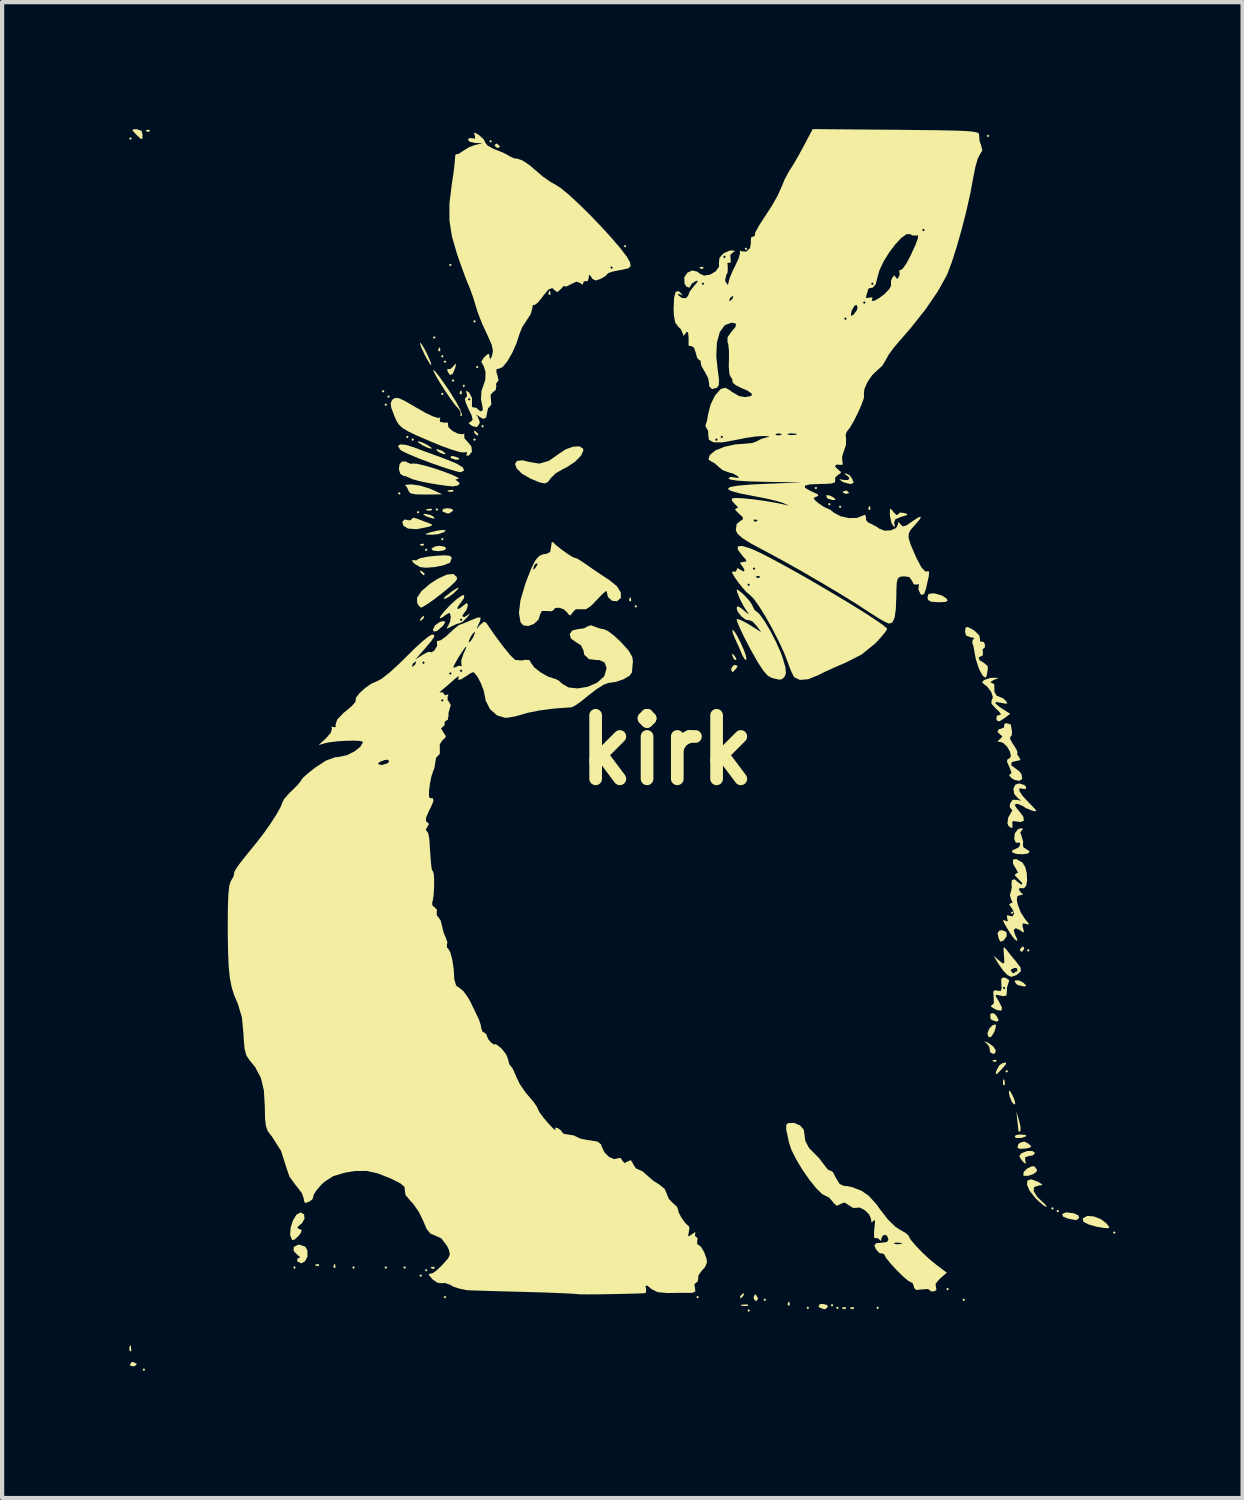
<source format=kicad_pcb>
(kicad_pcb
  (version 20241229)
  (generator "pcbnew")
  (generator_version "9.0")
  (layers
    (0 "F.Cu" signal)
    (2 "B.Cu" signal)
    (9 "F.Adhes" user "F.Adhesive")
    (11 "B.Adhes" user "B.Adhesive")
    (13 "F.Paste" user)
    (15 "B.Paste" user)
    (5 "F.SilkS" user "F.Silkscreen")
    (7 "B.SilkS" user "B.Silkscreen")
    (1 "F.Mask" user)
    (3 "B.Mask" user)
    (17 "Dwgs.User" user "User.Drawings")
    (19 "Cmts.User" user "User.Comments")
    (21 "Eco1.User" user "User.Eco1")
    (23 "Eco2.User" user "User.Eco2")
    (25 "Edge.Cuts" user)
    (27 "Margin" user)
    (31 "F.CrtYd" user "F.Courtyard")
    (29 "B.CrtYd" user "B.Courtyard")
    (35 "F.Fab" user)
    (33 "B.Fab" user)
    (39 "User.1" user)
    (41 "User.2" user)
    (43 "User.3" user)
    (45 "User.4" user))
  (footprint "kirk"
    (layer "F.Cu")
    (at 12.7 14.67)
    (property "Reference" "kirk" (at 0 0 0) (layer "F.SilkS") (effects (font (size 1.5 1.5) (thickness 0.3))))
    (attr board_only exclude_from_pos_files exclude_from_bom)
    (fp_poly (pts (xy -12.636 -14.446) (xy -12.668 -14.415) (xy -12.7 -14.446) (xy -12.668 -14.478)) (stroke (width 0) (type solid)) (fill yes) (layer "F.SilkS"))
    (fp_poly (pts (xy -12.319 14.637) (xy -12.351 14.668) (xy -12.383 14.637) (xy -12.351 14.605)) (stroke (width 0) (type solid)) (fill yes) (layer "F.SilkS"))
    (fp_poly (pts (xy -8.763 12.224) (xy -8.795 12.255) (xy -8.826 12.224) (xy -8.795 12.192)) (stroke (width 0) (type solid)) (fill yes) (layer "F.SilkS"))
    (fp_poly (pts (xy -7.366 12.224) (xy -7.398 12.255) (xy -7.429 12.224) (xy -7.398 12.192)) (stroke (width 0) (type solid)) (fill yes) (layer "F.SilkS"))
    (fp_poly (pts (xy -6.668 -8.477) (xy -6.699 -8.445) (xy -6.731 -8.477) (xy -6.699 -8.509)) (stroke (width 0) (type solid)) (fill yes) (layer "F.SilkS"))
    (fp_poly (pts (xy -6.604 -8.16) (xy -6.636 -8.128) (xy -6.668 -8.16) (xy -6.636 -8.191)) (stroke (width 0) (type solid)) (fill yes) (layer "F.SilkS"))
    (fp_poly (pts (xy -6.604 12.224) (xy -6.636 12.255) (xy -6.668 12.224) (xy -6.636 12.192)) (stroke (width 0) (type solid)) (fill yes) (layer "F.SilkS"))
    (fp_poly (pts (xy -6.54 -8.35) (xy -6.572 -8.319) (xy -6.604 -8.35) (xy -6.572 -8.382)) (stroke (width 0) (type solid)) (fill yes) (layer "F.SilkS"))
    (fp_poly (pts (xy -6.287 -6.064) (xy -6.318 -6.032) (xy -6.35 -6.064) (xy -6.318 -6.096)) (stroke (width 0) (type solid)) (fill yes) (layer "F.SilkS"))
    (fp_poly (pts (xy -6.16 12.224) (xy -6.191 12.255) (xy -6.223 12.224) (xy -6.191 12.192)) (stroke (width 0) (type solid)) (fill yes) (layer "F.SilkS"))
    (fp_poly (pts (xy -6.096 -7.398) (xy -6.128 -7.366) (xy -6.16 -7.398) (xy -6.128 -7.429)) (stroke (width 0) (type solid)) (fill yes) (layer "F.SilkS"))
    (fp_poly (pts (xy -5.969 -7.334) (xy -6.001 -7.303) (xy -6.032 -7.334) (xy -6.001 -7.366)) (stroke (width 0) (type solid)) (fill yes) (layer "F.SilkS"))
    (fp_poly (pts (xy -5.842 -5.62) (xy -5.874 -5.588) (xy -5.905 -5.62) (xy -5.874 -5.652)) (stroke (width 0) (type solid)) (fill yes) (layer "F.SilkS"))
    (fp_poly (pts (xy -5.779 12.414) (xy -5.81 12.446) (xy -5.842 12.414) (xy -5.81 12.383)) (stroke (width 0) (type solid)) (fill yes) (layer "F.SilkS"))
    (fp_poly (pts (xy -5.652 -4.731) (xy -5.683 -4.699) (xy -5.715 -4.731) (xy -5.683 -4.763)) (stroke (width 0) (type solid)) (fill yes) (layer "F.SilkS"))
    (fp_poly (pts (xy -5.652 12.287) (xy -5.683 12.319) (xy -5.715 12.287) (xy -5.683 12.255)) (stroke (width 0) (type solid)) (fill yes) (layer "F.SilkS"))
    (fp_poly (pts (xy -5.461 -9.747) (xy -5.493 -9.716) (xy -5.524 -9.747) (xy -5.493 -9.779)) (stroke (width 0) (type solid)) (fill yes) (layer "F.SilkS"))
    (fp_poly (pts (xy -5.397 -5.683) (xy -5.429 -5.652) (xy -5.461 -5.683) (xy -5.429 -5.715)) (stroke (width 0) (type solid)) (fill yes) (layer "F.SilkS"))
    (fp_poly (pts (xy -5.271 -9.303) (xy -5.302 -9.271) (xy -5.334 -9.303) (xy -5.302 -9.335)) (stroke (width 0) (type solid)) (fill yes) (layer "F.SilkS"))
    (fp_poly (pts (xy -5.271 -8.414) (xy -5.302 -8.382) (xy -5.334 -8.414) (xy -5.302 -8.445)) (stroke (width 0) (type solid)) (fill yes) (layer "F.SilkS"))
    (fp_poly (pts (xy -5.271 -4.985) (xy -5.302 -4.953) (xy -5.334 -4.985) (xy -5.302 -5.016)) (stroke (width 0) (type solid)) (fill yes) (layer "F.SilkS"))
    (fp_poly (pts (xy -5.207 -9.176) (xy -5.239 -9.144) (xy -5.271 -9.176) (xy -5.239 -9.207)) (stroke (width 0) (type solid)) (fill yes) (layer "F.SilkS"))
    (fp_poly (pts (xy -5.207 12.922) (xy -5.239 12.954) (xy -5.271 12.922) (xy -5.239 12.89)) (stroke (width 0) (type solid)) (fill yes) (layer "F.SilkS"))
    (fp_poly (pts (xy -5.08 -11.462) (xy -5.112 -11.43) (xy -5.144 -11.462) (xy -5.112 -11.493)) (stroke (width 0) (type solid)) (fill yes) (layer "F.SilkS"))
    (fp_poly (pts (xy -5.016 -8.731) (xy -5.048 -8.7) (xy -5.08 -8.731) (xy -5.048 -8.763)) (stroke (width 0) (type solid)) (fill yes) (layer "F.SilkS"))
    (fp_poly (pts (xy -4.763 -8.604) (xy -4.794 -8.572) (xy -4.826 -8.604) (xy -4.794 -8.636)) (stroke (width 0) (type solid)) (fill yes) (layer "F.SilkS"))
    (fp_poly (pts (xy -4.508 -10.128) (xy -4.54 -10.097) (xy -4.572 -10.128) (xy -4.54 -10.16)) (stroke (width 0) (type solid)) (fill yes) (layer "F.SilkS"))
    (fp_poly (pts (xy -4.508 -7.334) (xy -4.54 -7.303) (xy -4.572 -7.334) (xy -4.54 -7.366)) (stroke (width 0) (type solid)) (fill yes) (layer "F.SilkS"))
    (fp_poly (pts (xy -4.445 -9.049) (xy -4.477 -9.017) (xy -4.508 -9.049) (xy -4.477 -9.081)) (stroke (width 0) (type solid)) (fill yes) (layer "F.SilkS"))
    (fp_poly (pts (xy -4.318 -7.652) (xy -4.35 -7.62) (xy -4.381 -7.652) (xy -4.35 -7.684)) (stroke (width 0) (type solid)) (fill yes) (layer "F.SilkS"))
    (fp_poly (pts (xy -4.128 -14.383) (xy -4.159 -14.351) (xy -4.191 -14.383) (xy -4.159 -14.415)) (stroke (width 0) (type solid)) (fill yes) (layer "F.SilkS"))
    (fp_poly (pts (xy -0.953 -11.906) (xy -0.984 -11.874) (xy -1.016 -11.906) (xy -0.984 -11.938)) (stroke (width 0) (type solid)) (fill yes) (layer "F.SilkS"))
    (fp_poly (pts (xy -0.699 -3.397) (xy -0.73 -3.365) (xy -0.762 -3.397) (xy -0.73 -3.429)) (stroke (width 0) (type solid)) (fill yes) (layer "F.SilkS"))
    (fp_poly (pts (xy 0.762 12.922) (xy 0.73 12.954) (xy 0.699 12.922) (xy 0.73 12.89)) (stroke (width 0) (type solid)) (fill yes) (layer "F.SilkS"))
    (fp_poly (pts (xy 1.905 -11.843) (xy 1.873 -11.811) (xy 1.841 -11.843) (xy 1.873 -11.874)) (stroke (width 0) (type solid)) (fill yes) (layer "F.SilkS"))
    (fp_poly (pts (xy 1.968 13.24) (xy 1.937 13.271) (xy 1.905 13.24) (xy 1.937 13.208)) (stroke (width 0) (type solid)) (fill yes) (layer "F.SilkS"))
    (fp_poly (pts (xy 2.349 12.986) (xy 2.318 13.018) (xy 2.286 12.986) (xy 2.318 12.954)) (stroke (width 0) (type solid)) (fill yes) (layer "F.SilkS"))
    (fp_poly (pts (xy 3.365 13.176) (xy 3.334 13.208) (xy 3.302 13.176) (xy 3.334 13.145)) (stroke (width 0) (type solid)) (fill yes) (layer "F.SilkS"))
    (fp_poly (pts (xy 3.556 -6.191) (xy 3.524 -6.16) (xy 3.493 -6.191) (xy 3.524 -6.223)) (stroke (width 0) (type solid)) (fill yes) (layer "F.SilkS"))
    (fp_poly (pts (xy 3.873 -5.81) (xy 3.842 -5.779) (xy 3.81 -5.81) (xy 3.842 -5.842)) (stroke (width 0) (type solid)) (fill yes) (layer "F.SilkS"))
    (fp_poly (pts (xy 3.937 13.113) (xy 3.905 13.145) (xy 3.873 13.113) (xy 3.905 13.081)) (stroke (width 0) (type solid)) (fill yes) (layer "F.SilkS"))
    (fp_poly (pts (xy 4.064 13.176) (xy 4.032 13.208) (xy 4 13.176) (xy 4.032 13.145)) (stroke (width 0) (type solid)) (fill yes) (layer "F.SilkS"))
    (fp_poly (pts (xy 4.128 -5.747) (xy 4.096 -5.715) (xy 4.064 -5.747) (xy 4.096 -5.779)) (stroke (width 0) (type solid)) (fill yes) (layer "F.SilkS"))
    (fp_poly (pts (xy 5.016 13.176) (xy 4.985 13.208) (xy 4.953 13.176) (xy 4.985 13.145)) (stroke (width 0) (type solid)) (fill yes) (layer "F.SilkS"))
    (fp_poly (pts (xy 6.668 12.732) (xy 6.636 12.764) (xy 6.604 12.732) (xy 6.636 12.7)) (stroke (width 0) (type solid)) (fill yes) (layer "F.SilkS"))
    (fp_poly (pts (xy 7.048 12.986) (xy 7.017 13.018) (xy 6.985 12.986) (xy 7.017 12.954)) (stroke (width 0) (type solid)) (fill yes) (layer "F.SilkS"))
    (fp_poly (pts (xy 7.62 -14.51) (xy 7.588 -14.478) (xy 7.556 -14.51) (xy 7.588 -14.541)) (stroke (width 0) (type solid)) (fill yes) (layer "F.SilkS"))
    (fp_poly (pts (xy 8.065 7.588) (xy 8.033 7.62) (xy 8.001 7.588) (xy 8.033 7.556)) (stroke (width 0) (type solid)) (fill yes) (layer "F.SilkS"))
    (fp_poly (pts (xy 8.191 3.842) (xy 8.16 3.873) (xy 8.128 3.842) (xy 8.16 3.81)) (stroke (width 0) (type solid)) (fill yes) (layer "F.SilkS"))
    (fp_poly (pts (xy 8.572 4.731) (xy 8.541 4.763) (xy 8.509 4.731) (xy 8.541 4.699)) (stroke (width 0) (type solid)) (fill yes) (layer "F.SilkS"))
    (fp_poly (pts (xy 9.144 10.827) (xy 9.112 10.858) (xy 9.081 10.827) (xy 9.112 10.795)) (stroke (width 0) (type solid)) (fill yes) (layer "F.SilkS"))
    (fp_poly (pts (xy 9.271 10.89) (xy 9.239 10.922) (xy 9.207 10.89) (xy 9.239 10.858)) (stroke (width 0) (type solid)) (fill yes) (layer "F.SilkS"))
    (fp_poly (pts (xy 10.604 11.398) (xy 10.573 11.43) (xy 10.541 11.398) (xy 10.573 11.367)) (stroke (width 0) (type solid)) (fill yes) (layer "F.SilkS"))
    (fp_poly (pts (xy -12.657 14.085) (xy -12.649 14.184) (xy -12.662 14.207) (xy -12.69 14.188) (xy -12.695 14.123) (xy -12.679 14.056)) (stroke (width 0) (type solid)) (fill yes) (layer "F.SilkS"))
    (fp_poly (pts (xy -12.213 -14.647) (xy -12.222 -14.61) (xy -12.255 -14.605) (xy -12.308 -14.628) (xy -12.298 -14.647) (xy -12.222 -14.655)) (stroke (width 0) (type solid)) (fill yes) (layer "F.SilkS"))
    (fp_poly (pts (xy -8.213 12.15) (xy -8.221 12.187) (xy -8.255 12.192) (xy -8.307 12.169) (xy -8.297 12.15) (xy -8.222 12.142)) (stroke (width 0) (type solid)) (fill yes) (layer "F.SilkS"))
    (fp_poly (pts (xy -7.832 12.15) (xy -7.824 12.225) (xy -7.832 12.234) (xy -7.869 12.226) (xy -7.874 12.192) (xy -7.851 12.14)) (stroke (width 0) (type solid)) (fill yes) (layer "F.SilkS"))
    (fp_poly (pts (xy -5.736 -4.868) (xy -5.745 -4.831) (xy -5.779 -4.826) (xy -5.831 -4.849) (xy -5.821 -4.868) (xy -5.745 -4.876)) (stroke (width 0) (type solid)) (fill yes) (layer "F.SilkS"))
    (fp_poly (pts (xy -5.542 -5.69) (xy -5.561 -5.661) (xy -5.625 -5.657) (xy -5.693 -5.672) (xy -5.663 -5.695) (xy -5.564 -5.702)) (stroke (width 0) (type solid)) (fill yes) (layer "F.SilkS"))
    (fp_poly (pts (xy -5.482 12.213) (xy -5.491 12.251) (xy -5.524 12.255) (xy -5.577 12.232) (xy -5.567 12.213) (xy -5.491 12.206)) (stroke (width 0) (type solid)) (fill yes) (layer "F.SilkS"))
    (fp_poly (pts (xy -5.355 -9.504) (xy -5.348 -9.428) (xy -5.355 -9.419) (xy -5.393 -9.428) (xy -5.397 -9.461) (xy -5.374 -9.514)) (stroke (width 0) (type solid)) (fill yes) (layer "F.SilkS"))
    (fp_poly (pts (xy -5.034 -6.134) (xy -5.053 -6.106) (xy -5.117 -6.101) (xy -5.185 -6.117) (xy -5.155 -6.139) (xy -5.056 -6.147)) (stroke (width 0) (type solid)) (fill yes) (layer "F.SilkS"))
    (fp_poly (pts (xy -4.847 -8.488) (xy -4.84 -8.412) (xy -4.847 -8.403) (xy -4.885 -8.412) (xy -4.889 -8.445) (xy -4.866 -8.498)) (stroke (width 0) (type solid)) (fill yes) (layer "F.SilkS"))
    (fp_poly (pts (xy -2.752 -10.837) (xy -2.744 -10.762) (xy -2.752 -10.753) (xy -2.789 -10.761) (xy -2.794 -10.795) (xy -2.771 -10.847)) (stroke (width 0) (type solid)) (fill yes) (layer "F.SilkS"))
    (fp_poly (pts (xy -0.847 -3.598) (xy -0.839 -3.523) (xy -0.847 -3.514) (xy -0.884 -3.522) (xy -0.889 -3.556) (xy -0.866 -3.608)) (stroke (width 0) (type solid)) (fill yes) (layer "F.SilkS"))
    (fp_poly (pts (xy 0.868 -11.409) (xy 0.859 -11.371) (xy 0.826 -11.367) (xy 0.773 -11.39) (xy 0.783 -11.409) (xy 0.859 -11.416)) (stroke (width 0) (type solid)) (fill yes) (layer "F.SilkS"))
    (fp_poly (pts (xy 1.921 13.102) (xy 1.929 13.126) (xy 1.841 13.134) (xy 1.751 13.124) (xy 1.762 13.102) (xy 1.892 13.094)) (stroke (width 0) (type solid)) (fill yes) (layer "F.SilkS"))
    (fp_poly (pts (xy 2.9 13.039) (xy 2.907 13.114) (xy 2.9 13.123) (xy 2.862 13.115) (xy 2.857 13.081) (xy 2.881 13.029)) (stroke (width 0) (type solid)) (fill yes) (layer "F.SilkS"))
    (fp_poly (pts (xy 4.233 13.166) (xy 4.225 13.203) (xy 4.191 13.208) (xy 4.139 13.185) (xy 4.149 13.166) (xy 4.224 13.158)) (stroke (width 0) (type solid)) (fill yes) (layer "F.SilkS"))
    (fp_poly (pts (xy 4.424 13.166) (xy 4.415 13.203) (xy 4.381 13.208) (xy 4.329 13.185) (xy 4.339 13.166) (xy 4.415 13.158)) (stroke (width 0) (type solid)) (fill yes) (layer "F.SilkS"))
    (fp_poly (pts (xy 4.805 -5.757) (xy 4.812 -5.682) (xy 4.805 -5.673) (xy 4.767 -5.681) (xy 4.763 -5.715) (xy 4.786 -5.767)) (stroke (width 0) (type solid)) (fill yes) (layer "F.SilkS"))
    (fp_poly (pts (xy 7.789 7.324) (xy 7.781 7.361) (xy 7.747 7.366) (xy 7.695 7.343) (xy 7.705 7.324) (xy 7.78 7.316)) (stroke (width 0) (type solid)) (fill yes) (layer "F.SilkS"))
    (fp_poly (pts (xy 7.981 7.799) (xy 7.988 7.898) (xy 7.976 7.92) (xy 7.947 7.901) (xy 7.943 7.837) (xy 7.958 7.769)) (stroke (width 0) (type solid)) (fill yes) (layer "F.SilkS"))
    (fp_poly (pts (xy -12.594 14.459) (xy -12.515 14.504) (xy -12.561 14.547) (xy -12.594 14.56) (xy -12.669 14.545) (xy -12.679 14.51) (xy -12.634 14.454)) (stroke (width 0) (type solid)) (fill yes) (layer "F.SilkS"))
    (fp_poly (pts (xy -5.788 -4.229) (xy -5.721 -4.17) (xy -5.715 -4.156) (xy -5.745 -4.129) (xy -5.808 -4.188) (xy -5.816 -4.201) (xy -5.824 -4.244)) (stroke (width 0) (type solid)) (fill yes) (layer "F.SilkS"))
    (fp_poly (pts (xy -5.017 -6.94) (xy -4.907 -6.898) (xy -4.908 -6.866) (xy -4.981 -6.858) (xy -5.087 -6.893) (xy -5.108 -6.916) (xy -5.088 -6.948)) (stroke (width 0) (type solid)) (fill yes) (layer "F.SilkS"))
    (fp_poly (pts (xy -4.518 -7.531) (xy -4.45 -7.467) (xy -4.464 -7.43) (xy -4.473 -7.429) (xy -4.527 -7.475) (xy -4.546 -7.503) (xy -4.554 -7.546)) (stroke (width 0) (type solid)) (fill yes) (layer "F.SilkS"))
    (fp_poly (pts (xy 1.587 -2.248) (xy 1.595 -2.239) (xy 1.646 -2.156) (xy 1.639 -2.126) (xy 1.591 -2.145) (xy 1.56 -2.204) (xy 1.54 -2.278)) (stroke (width 0) (type solid)) (fill yes) (layer "F.SilkS"))
    (fp_poly (pts (xy 4.259 -6.125) (xy 4.314 -6.073) (xy 4.249 -6.054) (xy 4.226 -6.054) (xy 4.162 -6.082) (xy 4.166 -6.108) (xy 4.24 -6.133)) (stroke (width 0) (type solid)) (fill yes) (layer "F.SilkS"))
    (fp_poly (pts (xy -5.735 -3.134) (xy -5.747 -3.111) (xy -5.807 -3.051) (xy -5.818 -3.048) (xy -5.822 -3.089) (xy -5.81 -3.111) (xy -5.75 -3.172) (xy -5.739 -3.175)) (stroke (width 0) (type solid)) (fill yes) (layer "F.SilkS"))
    (fp_poly (pts (xy -5.579 -5.553) (xy -5.524 -5.524) (xy -5.475 -5.477) (xy -5.521 -5.471) (xy -5.639 -5.506) (xy -5.683 -5.524) (xy -5.755 -5.568) (xy -5.715 -5.583)) (stroke (width 0) (type solid)) (fill yes) (layer "F.SilkS"))
    (fp_poly (pts (xy -5.325 -7.078) (xy -5.271 -7.048) (xy -5.22 -6.998) (xy -5.239 -6.987) (xy -5.343 -7.019) (xy -5.397 -7.048) (xy -5.448 -7.099) (xy -5.429 -7.11)) (stroke (width 0) (type solid)) (fill yes) (layer "F.SilkS"))
    (fp_poly (pts (xy -5.065 -5.695) (xy -5.048 -5.652) (xy -5.14 -5.592) (xy -5.175 -5.588) (xy -5.282 -5.628) (xy -5.302 -5.652) (xy -5.279 -5.698) (xy -5.175 -5.715)) (stroke (width 0) (type solid)) (fill yes) (layer "F.SilkS"))
    (fp_poly (pts (xy -4 -14.319) (xy -3.94 -14.262) (xy -3.937 -14.252) (xy -3.986 -14.225) (xy -4 -14.224) (xy -4.062 -14.273) (xy -4.064 -14.291) (xy -4.025 -14.329)) (stroke (width 0) (type solid)) (fill yes) (layer "F.SilkS"))
    (fp_poly (pts (xy 1.677 -1.989) (xy 1.642 -1.926) (xy 1.57 -1.853) (xy 1.548 -1.841) (xy 1.526 -1.893) (xy 1.524 -1.926) (xy 1.575 -2.001) (xy 1.618 -2.011)) (stroke (width 0) (type solid)) (fill yes) (layer "F.SilkS"))
    (fp_poly (pts (xy 1.822 12.868) (xy 1.81 12.89) (xy 1.75 12.951) (xy 1.739 12.954) (xy 1.734 12.913) (xy 1.746 12.89) (xy 1.806 12.83) (xy 1.817 12.827)) (stroke (width 0) (type solid)) (fill yes) (layer "F.SilkS"))
    (fp_poly (pts (xy 2.106 12.865) (xy 2.158 12.949) (xy 2.159 12.958) (xy 2.116 13.016) (xy 2.106 13.018) (xy 2.059 12.966) (xy 2.053 12.925) (xy 2.081 12.861)) (stroke (width 0) (type solid)) (fill yes) (layer "F.SilkS"))
    (fp_poly (pts (xy 3.784 13.107) (xy 3.81 13.145) (xy 3.759 13.201) (xy 3.718 13.208) (xy 3.61 13.169) (xy 3.588 13.145) (xy 3.607 13.095) (xy 3.679 13.081)) (stroke (width 0) (type solid)) (fill yes) (layer "F.SilkS"))
    (fp_poly (pts (xy 3.849 -6.016) (xy 3.937 -5.969) (xy 3.997 -5.92) (xy 3.939 -5.907) (xy 3.925 -5.906) (xy 3.81 -5.939) (xy 3.778 -5.969) (xy 3.773 -6.025)) (stroke (width 0) (type solid)) (fill yes) (layer "F.SilkS"))
    (fp_poly (pts (xy 8.025 4.296) (xy 8.033 4.394) (xy 7.964 4.493) (xy 7.889 4.528) (xy 7.848 4.469) (xy 7.814 4.325) (xy 7.862 4.262) (xy 7.927 4.255)) (stroke (width 0) (type solid)) (fill yes) (layer "F.SilkS"))
    (fp_poly (pts (xy 8.445 4.685) (xy 8.445 4.699) (xy 8.397 4.76) (xy 8.378 4.763) (xy 8.34 4.724) (xy 8.35 4.699) (xy 8.407 4.638) (xy 8.417 4.636)) (stroke (width 0) (type solid)) (fill yes) (layer "F.SilkS"))
    (fp_poly (pts (xy 8.481 9.092) (xy 8.494 9.121) (xy 8.382 9.162) (xy 8.382 9.162) (xy 8.264 9.165) (xy 8.22 9.138) (xy 8.246 9.096) (xy 8.347 9.081)) (stroke (width 0) (type solid)) (fill yes) (layer "F.SilkS"))
    (fp_poly (pts (xy -12.407 -14.629) (xy -12.383 -14.541) (xy -12.387 -14.444) (xy -12.419 -14.435) (xy -12.507 -14.515) (xy -12.536 -14.545) (xy -12.618 -14.634) (xy -12.606 -14.665) (xy -12.521 -14.668)) (stroke (width 0) (type solid)) (fill yes) (layer "F.SilkS"))
    (fp_poly (pts (xy -5.229 -3.03) (xy -5.269 -2.959) (xy -5.302 -2.921) (xy -5.42 -2.818) (xy -5.502 -2.798) (xy -5.524 -2.845) (xy -5.473 -2.946) (xy -5.36 -3.028) (xy -5.28 -3.048)) (stroke (width 0) (type solid)) (fill yes) (layer "F.SilkS"))
    (fp_poly (pts (xy 7.734 6.219) (xy 7.797 6.288) (xy 7.843 6.383) (xy 7.804 6.413) (xy 7.783 6.413) (xy 7.672 6.371) (xy 7.648 6.344) (xy 7.645 6.244) (xy 7.662 6.219)) (stroke (width 0) (type solid)) (fill yes) (layer "F.SilkS"))
    (fp_poly (pts (xy 8.13 8.087) (xy 8.166 8.149) (xy 8.221 8.277) (xy 8.233 8.36) (xy 8.204 8.372) (xy 8.152 8.307) (xy 8.1 8.174) (xy 8.084 8.096) (xy 8.087 8.036)) (stroke (width 0) (type solid)) (fill yes) (layer "F.SilkS"))
    (fp_poly (pts (xy 8.331 5.444) (xy 8.42 5.493) (xy 8.494 5.561) (xy 8.461 5.584) (xy 8.445 5.585) (xy 8.306 5.553) (xy 8.264 5.531) (xy 8.219 5.467) (xy 8.239 5.439)) (stroke (width 0) (type solid)) (fill yes) (layer "F.SilkS"))
    (fp_poly (pts (xy 8.54 9.294) (xy 8.612 9.357) (xy 8.581 9.391) (xy 8.486 9.412) (xy 8.351 9.42) (xy 8.286 9.397) (xy 8.301 9.322) (xy 8.34 9.279) (xy 8.444 9.246)) (stroke (width 0) (type solid)) (fill yes) (layer "F.SilkS"))
    (fp_poly (pts (xy -5.776 -7.269) (xy -5.652 -7.207) (xy -5.559 -7.144) (xy -5.554 -7.117) (xy -5.556 -7.117) (xy -5.654 -7.146) (xy -5.779 -7.207) (xy -5.871 -7.27) (xy -5.876 -7.298) (xy -5.874 -7.298)) (stroke (width 0) (type solid)) (fill yes) (layer "F.SilkS"))
    (fp_poly (pts (xy -5.244 -4.804) (xy -5.207 -4.763) (xy -5.262 -4.718) (xy -5.396 -4.699) (xy -5.401 -4.699) (xy -5.528 -4.716) (xy -5.558 -4.76) (xy -5.556 -4.763) (xy -5.469 -4.812) (xy -5.362 -4.826)) (stroke (width 0) (type solid)) (fill yes) (layer "F.SilkS"))
    (fp_poly (pts (xy -5.219 -5.194) (xy -5.253 -5.155) (xy -5.271 -5.144) (xy -5.402 -5.1) (xy -5.556 -5.087) (xy -5.683 -5.093) (xy -5.689 -5.109) (xy -5.588 -5.144) (xy -5.414 -5.186) (xy -5.302 -5.2)) (stroke (width 0) (type solid)) (fill yes) (layer "F.SilkS"))
    (fp_poly (pts (xy -4.981 -9.095) (xy -4.996 -9.032) (xy -5.053 -8.89) (xy -5.118 -8.86) (xy -5.172 -8.936) (xy -5.187 -9.006) (xy -5.169 -9) (xy -5.102 -9.007) (xy -5.042 -9.066) (xy -4.984 -9.134)) (stroke (width 0) (type solid)) (fill yes) (layer "F.SilkS"))
    (fp_poly (pts (xy -4.919 -3.83) (xy -4.948 -3.788) (xy -5.041 -3.696) (xy -5.153 -3.615) (xy -5.242 -3.572) (xy -5.271 -3.581) (xy -5.224 -3.633) (xy -5.107 -3.725) (xy -5.064 -3.756) (xy -4.945 -3.833)) (stroke (width 0) (type solid)) (fill yes) (layer "F.SilkS"))
    (fp_poly (pts (xy 7.776 6.487) (xy 7.772 6.555) (xy 7.742 6.652) (xy 7.673 6.766) (xy 7.609 6.788) (xy 7.579 6.713) (xy 7.579 6.683) (xy 7.62 6.582) (xy 7.696 6.5) (xy 7.767 6.48)) (stroke (width 0) (type solid)) (fill yes) (layer "F.SilkS"))
    (fp_poly (pts (xy 8.015 7.418) (xy 7.919 7.533) (xy 7.9 7.552) (xy 7.803 7.649) (xy 7.772 7.656) (xy 7.787 7.577) (xy 7.788 7.572) (xy 7.858 7.447) (xy 7.921 7.401) (xy 8.016 7.377)) (stroke (width 0) (type solid)) (fill yes) (layer "F.SilkS"))
    (fp_poly (pts (xy 8.325 8.754) (xy 8.359 8.905) (xy 8.357 8.997) (xy 8.354 9.003) (xy 8.313 9.014) (xy 8.313 9.012) (xy 8.303 8.937) (xy 8.287 8.788) (xy 8.284 8.763) (xy 8.261 8.541)) (stroke (width 0) (type solid)) (fill yes) (layer "F.SilkS"))
    (fp_poly (pts (xy 8.694 9.839) (xy 8.748 9.917) (xy 8.74 9.955) (xy 8.657 10.019) (xy 8.536 10.058) (xy 8.439 10.057) (xy 8.422 10.043) (xy 8.436 9.962) (xy 8.522 9.88) (xy 8.629 9.831)) (stroke (width 0) (type solid)) (fill yes) (layer "F.SilkS"))
    (fp_poly (pts (xy -5.788 -9.588) (xy -5.716 -9.466) (xy -5.664 -9.365) (xy -5.579 -9.173) (xy -5.557 -9.09) (xy -5.591 -9.119) (xy -5.677 -9.262) (xy -5.718 -9.341) (xy -5.792 -9.5) (xy -5.828 -9.605) (xy -5.827 -9.625)) (stroke (width 0) (type solid)) (fill yes) (layer "F.SilkS"))
    (fp_poly (pts (xy 6.348 -3.697) (xy 6.509 -3.649) (xy 6.61 -3.581) (xy 6.636 -3.525) (xy 6.576 -3.499) (xy 6.421 -3.493) (xy 6.25 -3.504) (xy 6.174 -3.546) (xy 6.16 -3.609) (xy 6.185 -3.688) (xy 6.285 -3.704)) (stroke (width 0) (type solid)) (fill yes) (layer "F.SilkS"))
    (fp_poly (pts (xy 7.545 6.892) (xy 7.597 6.916) (xy 7.715 7.001) (xy 7.774 7.094) (xy 7.759 7.162) (xy 7.708 7.176) (xy 7.636 7.136) (xy 7.636 7.096) (xy 7.615 6.996) (xy 7.562 6.934) (xy 7.503 6.88)) (stroke (width 0) (type solid)) (fill yes) (layer "F.SilkS"))
    (fp_poly (pts (xy 9.621 10.943) (xy 9.728 10.993) (xy 9.743 11.056) (xy 9.675 11.104) (xy 9.664 11.104) (xy 9.572 11.086) (xy 9.477 11.068) (xy 9.361 11.019) (xy 9.343 10.959) (xy 9.427 10.923) (xy 9.456 10.922)) (stroke (width 0) (type solid)) (fill yes) (layer "F.SilkS"))
    (fp_poly (pts (xy 10.092 11.017) (xy 10.261 11.083) (xy 10.386 11.18) (xy 10.458 11.269) (xy 10.43 11.295) (xy 10.335 11.29) (xy 10.154 11.259) (xy 9.978 11.21) (xy 9.847 11.146) (xy 9.828 11.074) (xy 9.837 11.058) (xy 9.936 11.005)) (stroke (width 0) (type solid)) (fill yes) (layer "F.SilkS"))
    (fp_poly (pts (xy -5.829 -6.249) (xy -5.604 -6.18) (xy -5.556 -6.16) (xy -5.302 -6.042) (xy -5.699 -6.037) (xy -5.928 -6.042) (xy -6.053 -6.066) (xy -6.095 -6.113) (xy -6.096 -6.122) (xy -6.144 -6.224) (xy -6.175 -6.244) (xy -6.174 -6.265) (xy -6.072 -6.276) (xy -6.032 -6.277)) (stroke (width 0) (type solid)) (fill yes) (layer "F.SilkS"))
    (fp_poly (pts (xy 8.699 9.516) (xy 8.7 9.525) (xy 8.646 9.576) (xy 8.566 9.588) (xy 8.468 9.616) (xy 8.468 9.684) (xy 8.488 9.77) (xy 8.442 9.749) (xy 8.378 9.679) (xy 8.328 9.589) (xy 8.38 9.525) (xy 8.386 9.521) (xy 8.516 9.471) (xy 8.638 9.47)) (stroke (width 0) (type solid)) (fill yes) (layer "F.SilkS"))
    (fp_poly (pts (xy -8.537 11.731) (xy -8.487 11.824) (xy -8.487 11.966) (xy -8.544 12.076) (xy -8.63 12.125) (xy -8.717 12.085) (xy -8.731 12.065) (xy -8.72 12.007) (xy -8.687 12) (xy -8.659 11.976) (xy -8.715 11.933) (xy -8.814 11.833) (xy -8.81 11.738) (xy -8.708 11.686) (xy -8.675 11.684)) (stroke (width 0) (type solid)) (fill yes) (layer "F.SilkS"))
    (fp_poly (pts (xy -5.89 -5.465) (xy -5.718 -5.398) (xy -5.62 -5.362) (xy -5.539 -5.326) (xy -5.566 -5.296) (xy -5.652 -5.268) (xy -5.908 -5.218) (xy -6.111 -5.234) (xy -6.218 -5.297) (xy -6.247 -5.394) (xy -6.189 -5.449) (xy -6.096 -5.429) (xy -6.037 -5.434) (xy -6.032 -5.456) (xy -5.984 -5.49)) (stroke (width 0) (type solid)) (fill yes) (layer "F.SilkS"))
    (fp_poly (pts (xy 1.594 -2.812) (xy 1.664 -2.699) (xy 1.746 -2.539) (xy 1.821 -2.368) (xy 1.873 -2.223) (xy 1.885 -2.139) (xy 1.884 -2.138) (xy 1.847 -2.137) (xy 1.791 -2.233) (xy 1.782 -2.254) (xy 1.694 -2.46) (xy 1.615 -2.63) (xy 1.56 -2.764) (xy 1.55 -2.84) (xy 1.551 -2.842)) (stroke (width 0) (type solid)) (fill yes) (layer "F.SilkS"))
    (fp_poly (pts (xy 4.324 -6.49) (xy 4.381 -6.413) (xy 4.416 -6.317) (xy 4.362 -6.288) (xy 4.336 -6.287) (xy 4.184 -6.324) (xy 4.128 -6.355) (xy 4.08 -6.398) (xy 4.141 -6.391) (xy 4.175 -6.382) (xy 4.287 -6.38) (xy 4.318 -6.43) (xy 4.249 -6.494) (xy 4.239 -6.498) (xy 4.194 -6.527) (xy 4.236 -6.535)) (stroke (width 0) (type solid)) (fill yes) (layer "F.SilkS"))
    (fp_poly (pts (xy -8.567 10.967) (xy -8.555 11.068) (xy -8.615 11.176) (xy -8.645 11.2) (xy -8.727 11.271) (xy -8.702 11.307) (xy -8.678 11.313) (xy -8.621 11.343) (xy -8.647 11.411) (xy -8.696 11.475) (xy -8.79 11.563) (xy -8.85 11.575) (xy -8.896 11.457) (xy -8.885 11.288) (xy -8.831 11.113) (xy -8.748 10.976) (xy -8.652 10.922)) (stroke (width 0) (type solid)) (fill yes) (layer "F.SilkS"))
    (fp_poly (pts (xy -4.961 -4.092) (xy -4.953 -4.039) (xy -5 -3.973) (xy -5.123 -3.859) (xy -5.29 -3.719) (xy -5.473 -3.577) (xy -5.642 -3.456) (xy -5.768 -3.38) (xy -5.81 -3.365) (xy -5.858 -3.413) (xy -5.894 -3.47) (xy -5.898 -3.599) (xy -5.792 -3.758) (xy -5.586 -3.933) (xy -5.413 -4.045) (xy -5.196 -4.145) (xy -5.041 -4.161)) (stroke (width 0) (type solid)) (fill yes) (layer "F.SilkS"))
    (fp_poly (pts (xy 8.764 10.195) (xy 8.867 10.257) (xy 8.862 10.28) (xy 8.789 10.285) (xy 8.68 10.323) (xy 8.669 10.419) (xy 8.752 10.553) (xy 8.842 10.64) (xy 8.946 10.737) (xy 8.979 10.791) (xy 8.971 10.795) (xy 8.897 10.753) (xy 8.774 10.647) (xy 8.712 10.586) (xy 8.571 10.407) (xy 8.509 10.261) (xy 8.524 10.165) (xy 8.613 10.139)) (stroke (width 0) (type solid)) (fill yes) (layer "F.SilkS"))
    (fp_poly (pts (xy -6.163 -7.211) (xy -5.981 -7.155) (xy -5.767 -7.075) (xy -5.493 -6.974) (xy -5.222 -6.875) (xy -4.96 -6.767) (xy -4.815 -6.676) (xy -4.787 -6.606) (xy -4.862 -6.564) (xy -4.943 -6.578) (xy -5.115 -6.628) (xy -5.352 -6.706) (xy -5.569 -6.782) (xy -5.842 -6.885) (xy -6.074 -6.981) (xy -6.236 -7.058) (xy -6.295 -7.095) (xy -6.349 -7.183) (xy -6.3 -7.222)) (stroke (width 0) (type solid)) (fill yes) (layer "F.SilkS"))
    (fp_poly (pts (xy -5.47 -8.948) (xy -5.373 -8.825) (xy -5.239 -8.636) (xy -5.13 -8.475) (xy -4.97 -8.219) (xy -4.869 -8.028) (xy -4.834 -7.916) (xy -4.842 -7.896) (xy -4.879 -7.895) (xy -4.868 -7.92) (xy -4.875 -8.01) (xy -4.917 -8.061) (xy -4.996 -8.149) (xy -5.108 -8.301) (xy -5.235 -8.488) (xy -5.357 -8.679) (xy -5.455 -8.845) (xy -5.51 -8.957) (xy -5.514 -8.985)) (stroke (width 0) (type solid)) (fill yes) (layer "F.SilkS"))
    (fp_poly (pts (xy -5.126 -4.591) (xy -5.081 -4.552) (xy -5.08 -4.538) (xy -5.114 -4.437) (xy -5.133 -4.42) (xy -5.28 -4.364) (xy -5.484 -4.324) (xy -5.685 -4.308) (xy -5.823 -4.323) (xy -5.951 -4.396) (xy -6.004 -4.45) (xy -6.016 -4.499) (xy -5.984 -4.486) (xy -5.909 -4.481) (xy -5.895 -4.499) (xy -5.826 -4.532) (xy -5.666 -4.566) (xy -5.477 -4.588) (xy -5.25 -4.602)) (stroke (width 0) (type solid)) (fill yes) (layer "F.SilkS"))
    (fp_poly (pts (xy 5.31 -5.684) (xy 5.364 -5.616) (xy 5.433 -5.549) (xy 5.459 -5.566) (xy 5.512 -5.612) (xy 5.604 -5.602) (xy 5.688 -5.574) (xy 5.668 -5.548) (xy 5.543 -5.512) (xy 5.4 -5.452) (xy 5.372 -5.374) (xy 5.375 -5.365) (xy 5.39 -5.283) (xy 5.379 -5.271) (xy 5.333 -5.321) (xy 5.309 -5.371) (xy 5.276 -5.519) (xy 5.271 -5.605) (xy 5.276 -5.698)) (stroke (width 0) (type solid)) (fill yes) (layer "F.SilkS"))
    (fp_poly (pts (xy -1.979 -7.125) (xy -1.968 -7.083) (xy -2.022 -6.958) (xy -2.162 -6.815) (xy -2.355 -6.685) (xy -2.457 -6.635) (xy -2.623 -6.538) (xy -2.741 -6.421) (xy -2.742 -6.418) (xy -2.809 -6.33) (xy -2.886 -6.3) (xy -3.008 -6.326) (xy -3.208 -6.409) (xy -3.218 -6.413) (xy -3.422 -6.531) (xy -3.544 -6.653) (xy -3.583 -6.76) (xy -3.538 -6.831) (xy -3.407 -6.846) (xy -3.244 -6.806) (xy -3.009 -6.768) (xy -2.783 -6.833) (xy -2.554 -6.995) (xy -2.386 -7.106) (xy -2.211 -7.168) (xy -2.065 -7.176)) (stroke (width 0) (type solid)) (fill yes) (layer "F.SilkS"))
    (fp_poly (pts (xy 8.428 1.863) (xy 8.398 1.883) (xy 8.352 1.943) (xy 8.385 2.038) (xy 8.423 2.163) (xy 8.413 2.224) (xy 8.427 2.296) (xy 8.473 2.325) (xy 8.56 2.382) (xy 8.572 2.41) (xy 8.519 2.447) (xy 8.397 2.461) (xy 8.261 2.452) (xy 8.167 2.42) (xy 8.157 2.409) (xy 8.173 2.357) (xy 8.213 2.349) (xy 8.313 2.298) (xy 8.343 2.251) (xy 8.348 2.185) (xy 8.322 2.188) (xy 8.247 2.187) (xy 8.209 2.098) (xy 8.223 1.968) (xy 8.3 1.868) (xy 8.37 1.847)) (stroke (width 0) (type solid)) (fill yes) (layer "F.SilkS"))
    (fp_poly (pts (xy -6.152 -6.816) (xy -6.128 -6.795) (xy -6.046 -6.761) (xy -6.004 -6.77) (xy -5.908 -6.765) (xy -5.725 -6.724) (xy -5.486 -6.654) (xy -5.355 -6.61) (xy -5.129 -6.527) (xy -4.974 -6.46) (xy -4.908 -6.419) (xy -4.921 -6.409) (xy -4.99 -6.393) (xy -4.969 -6.371) (xy -4.891 -6.31) (xy -4.921 -6.255) (xy -5.042 -6.23) (xy -5.064 -6.231) (xy -5.221 -6.246) (xy -5.447 -6.279) (xy -5.631 -6.31) (xy -5.844 -6.355) (xy -6.004 -6.399) (xy -6.07 -6.429) (xy -6.17 -6.472) (xy -6.218 -6.477) (xy -6.295 -6.528) (xy -6.327 -6.641) (xy -6.309 -6.759) (xy -6.25 -6.819)) (stroke (width 0) (type solid)) (fill yes) (layer "F.SilkS"))
    (fp_poly (pts (xy 8.02 4.707) (xy 8.038 4.731) (xy 8.154 4.878) (xy 8.258 5.001) (xy 8.359 5.137) (xy 8.366 5.225) (xy 8.278 5.304) (xy 8.262 5.315) (xy 8.139 5.358) (xy 8.047 5.314) (xy 7.949 5.209) (xy 7.948 5.207) (xy 8.128 5.207) (xy 8.174 5.269) (xy 8.188 5.271) (xy 8.274 5.224) (xy 8.287 5.207) (xy 8.272 5.153) (xy 8.227 5.144) (xy 8.14 5.177) (xy 8.128 5.207) (xy 7.948 5.207) (xy 7.841 5.056) (xy 7.836 5.048) (xy 7.72 4.858) (xy 7.854 4.973) (xy 7.94 5.041) (xy 7.974 5.029) (xy 7.972 4.917) (xy 7.966 4.846) (xy 7.956 4.695) (xy 7.97 4.655)) (stroke (width 0) (type solid)) (fill yes) (layer "F.SilkS"))
    (fp_poly (pts (xy 8.006 5.38) (xy 8.09 5.434) (xy 8.078 5.485) (xy 8.04 5.602) (xy 8.036 5.698) (xy 8.026 5.798) (xy 7.948 5.813) (xy 7.89 5.801) (xy 7.785 5.779) (xy 7.77 5.81) (xy 7.837 5.92) (xy 7.841 5.927) (xy 7.92 6.081) (xy 7.908 6.155) (xy 7.806 6.143) (xy 7.747 6.116) (xy 7.66 6.059) (xy 7.669 6.033) (xy 7.671 6.033) (xy 7.728 5.983) (xy 7.724 5.839) (xy 7.714 5.708) (xy 7.753 5.671) (xy 7.811 5.684) (xy 7.892 5.691) (xy 7.913 5.62) (xy 7.938 5.62) (xy 7.969 5.652) (xy 8.001 5.62) (xy 7.969 5.588) (xy 7.938 5.62) (xy 7.913 5.62) (xy 7.913 5.619) (xy 7.905 5.534) (xy 7.901 5.406) (xy 7.948 5.37)) (stroke (width 0) (type solid)) (fill yes) (layer "F.SilkS"))
    (fp_poly (pts (xy 7.229 -2.847) (xy 7.276 -2.816) (xy 7.383 -2.713) (xy 7.402 -2.623) (xy 7.4 -2.563) (xy 7.424 -2.568) (xy 7.49 -2.551) (xy 7.516 -2.508) (xy 7.518 -2.426) (xy 7.493 -2.413) (xy 7.46 -2.366) (xy 7.47 -2.318) (xy 7.467 -2.236) (xy 7.436 -2.223) (xy 7.369 -2.191) (xy 7.39 -2.125) (xy 7.485 -2.066) (xy 7.487 -2.066) (xy 7.58 -1.987) (xy 7.587 -1.918) (xy 7.566 -1.798) (xy 7.561 -1.762) (xy 7.529 -1.708) (xy 7.467 -1.755) (xy 7.393 -1.886) (xy 7.365 -1.953) (xy 7.305 -2.14) (xy 7.273 -2.296) (xy 7.271 -2.318) (xy 7.245 -2.461) (xy 7.221 -2.519) (xy 7.224 -2.603) (xy 7.254 -2.625) (xy 7.266 -2.651) (xy 7.191 -2.662) (xy 7.074 -2.705) (xy 7.048 -2.794) (xy 7.06 -2.893) (xy 7.111 -2.91)) (stroke (width 0) (type solid)) (fill yes) (layer "F.SilkS"))
    (fp_poly (pts (xy 7.842 -1.706) (xy 7.715 -1.651) (xy 7.647 -1.608) (xy 7.668 -1.592) (xy 7.737 -1.558) (xy 7.739 -1.54) (xy 7.742 -1.376) (xy 7.797 -1.281) (xy 7.834 -1.27) (xy 7.945 -1.225) (xy 8.004 -1.171) (xy 8.048 -1.104) (xy 8 -1.096) (xy 7.917 -1.114) (xy 7.781 -1.136) (xy 7.761 -1.106) (xy 7.856 -1.024) (xy 7.931 -0.975) (xy 8.115 -0.857) (xy 7.969 -0.748) (xy 7.86 -0.679) (xy 7.806 -0.693) (xy 7.787 -0.732) (xy 7.799 -0.812) (xy 7.854 -0.826) (xy 7.898 -0.848) (xy 7.841 -0.922) (xy 7.782 -0.976) (xy 7.673 -1.095) (xy 7.671 -1.167) (xy 7.677 -1.171) (xy 7.706 -1.252) (xy 7.665 -1.376) (xy 7.573 -1.498) (xy 7.508 -1.547) (xy 7.448 -1.603) (xy 7.501 -1.657) (xy 7.637 -1.703) (xy 7.715 -1.709)) (stroke (width 0) (type solid)) (fill yes) (layer "F.SilkS"))
    (fp_poly (pts (xy 8.45 0.825) (xy 8.493 0.873) (xy 8.476 0.925) (xy 8.419 0.914) (xy 8.331 0.904) (xy 8.332 0.967) (xy 8.414 1.09) (xy 8.557 1.243) (xy 8.687 1.376) (xy 8.732 1.438) (xy 8.697 1.446) (xy 8.636 1.43) (xy 8.492 1.373) (xy 8.417 1.326) (xy 8.302 1.274) (xy 8.263 1.27) (xy 8.219 1.293) (xy 8.268 1.373) (xy 8.307 1.417) (xy 8.422 1.568) (xy 8.439 1.667) (xy 8.36 1.7) (xy 8.288 1.689) (xy 8.178 1.675) (xy 8.161 1.723) (xy 8.168 1.745) (xy 8.168 1.828) (xy 8.139 1.841) (xy 8.072 1.789) (xy 8.049 1.73) (xy 8.067 1.596) (xy 8.117 1.508) (xy 8.165 1.424) (xy 8.144 1.397) (xy 8.104 1.347) (xy 8.11 1.268) (xy 8.171 1.174) (xy 8.279 1.176) (xy 8.368 1.196) (xy 8.343 1.169) (xy 8.303 1.143) (xy 8.21 1.037) (xy 8.189 0.912) (xy 8.238 0.815) (xy 8.329 0.787)) (stroke (width 0) (type solid)) (fill yes) (layer "F.SilkS"))
    (fp_poly (pts (xy -4.789 -3.59) (xy -4.848 -3.504) (xy -4.935 -3.387) (xy -4.945 -3.329) (xy -4.883 -3.351) (xy -4.826 -3.397) (xy -4.734 -3.47) (xy -4.702 -3.455) (xy -4.699 -3.411) (xy -4.734 -3.299) (xy -4.763 -3.27) (xy -4.824 -3.183) (xy -4.826 -3.163) (xy -4.787 -3.14) (xy -4.715 -3.182) (xy -4.649 -3.228) (xy -4.667 -3.195) (xy -4.722 -3.129) (xy -4.82 -3.032) (xy -4.881 -3.001) (xy -4.96 -2.981) (xy -5.08 -2.924) (xy -5.185 -2.871) (xy -5.198 -2.885) (xy -5.168 -2.926) (xy -5.116 -3.037) (xy -5.11 -3.08) (xy -4.889 -3.08) (xy -4.858 -3.048) (xy -4.826 -3.08) (xy -4.858 -3.111) (xy -4.889 -3.08) (xy -5.11 -3.08) (xy -5.1 -3.157) (xy -5.124 -3.233) (xy -5.141 -3.239) (xy -5.216 -3.199) (xy -5.257 -3.163) (xy -5.337 -3.114) (xy -5.363 -3.12) (xy -5.338 -3.176) (xy -5.242 -3.293) (xy -5.112 -3.429) (xy -4.959 -3.567) (xy -4.84 -3.651) (xy -4.785 -3.664)) (stroke (width 0) (type solid)) (fill yes) (layer "F.SilkS"))
    (fp_poly (pts (xy -6.327 -8.313) (xy -6.192 -8.252) (xy -5.982 -8.13) (xy -5.918 -8.092) (xy -5.7 -7.968) (xy -5.519 -7.882) (xy -5.404 -7.848) (xy -5.384 -7.851) (xy -5.345 -7.854) (xy -5.36 -7.82) (xy -5.354 -7.755) (xy -5.252 -7.734) (xy -5.186 -7.741) (xy -5.161 -7.711) (xy -5.17 -7.692) (xy -5.152 -7.621) (xy -5.059 -7.54) (xy -4.938 -7.477) (xy -4.833 -7.461) (xy -4.814 -7.468) (xy -4.772 -7.474) (xy -4.786 -7.444) (xy -4.775 -7.359) (xy -4.71 -7.291) (xy -4.614 -7.174) (xy -4.601 -7.048) (xy -4.673 -6.96) (xy -4.681 -6.957) (xy -4.737 -6.958) (xy -4.724 -6.997) (xy -4.721 -7.044) (xy -4.781 -7.031) (xy -4.879 -7.039) (xy -5.067 -7.093) (xy -5.321 -7.185) (xy -5.6 -7.3) (xy -5.901 -7.43) (xy -6.107 -7.528) (xy -6.241 -7.608) (xy -6.327 -7.688) (xy -6.386 -7.783) (xy -6.438 -7.904) (xy -6.507 -8.088) (xy -6.522 -8.198) (xy -6.486 -8.271) (xy -6.471 -8.287) (xy -6.412 -8.322)) (stroke (width 0) (type solid)) (fill yes) (layer "F.SilkS"))
    (fp_poly (pts (xy 8.119 -0.61) (xy 8.133 -0.587) (xy 8.148 -0.489) (xy 8.159 -0.429) (xy 8.148 -0.336) (xy 8.118 -0.318) (xy 8.11 -0.273) (xy 8.167 -0.163) (xy 8.191 -0.127) (xy 8.268 -0.005) (xy 8.289 0.06) (xy 8.283 0.064) (xy 8.28 0.103) (xy 8.319 0.159) (xy 8.359 0.232) (xy 8.294 0.253) (xy 8.263 0.254) (xy 8.15 0.287) (xy 8.139 0.359) (xy 8.225 0.422) (xy 8.336 0.507) (xy 8.383 0.573) (xy 8.399 0.679) (xy 8.331 0.727) (xy 8.212 0.703) (xy 8.15 0.664) (xy 8.088 0.597) (xy 8.108 0.574) (xy 8.146 0.539) (xy 8.107 0.425) (xy 8.093 0.397) (xy 8.038 0.272) (xy 8.051 0.217) (xy 8.09 0.203) (xy 8.132 0.146) (xy 8.109 0.037) (xy 8.041 -0.082) (xy 7.949 -0.17) (xy 7.885 -0.191) (xy 7.814 -0.202) (xy 7.858 -0.248) (xy 7.874 -0.26) (xy 7.931 -0.323) (xy 7.89 -0.359) (xy 7.815 -0.427) (xy 7.843 -0.492) (xy 7.909 -0.508) (xy 7.975 -0.539) (xy 7.969 -0.572) (xy 7.984 -0.626) (xy 8.029 -0.635)) (stroke (width 0) (type solid)) (fill yes) (layer "F.SilkS"))
    (fp_poly (pts (xy 1.691 -3.78) (xy 1.791 -3.698) (xy 1.841 -3.651) (xy 1.961 -3.519) (xy 2.027 -3.413) (xy 2.032 -3.392) (xy 2.082 -3.301) (xy 2.111 -3.284) (xy 2.198 -3.205) (xy 2.317 -3.038) (xy 2.45 -2.813) (xy 2.58 -2.562) (xy 2.691 -2.313) (xy 2.74 -2.178) (xy 2.805 -1.952) (xy 2.816 -1.811) (xy 2.786 -1.737) (xy 2.729 -1.678) (xy 2.665 -1.663) (xy 2.545 -1.689) (xy 2.477 -1.708) (xy 2.386 -1.759) (xy 2.282 -1.876) (xy 2.152 -2.075) (xy 1.984 -2.373) (xy 1.961 -2.416) (xy 1.826 -2.675) (xy 1.724 -2.89) (xy 1.663 -3.039) (xy 1.654 -3.099) (xy 1.654 -3.099) (xy 1.733 -3.08) (xy 1.877 -3.007) (xy 1.971 -2.951) (xy 2.236 -2.784) (xy 2.118 -2.941) (xy 2.022 -3.042) (xy 1.95 -3.068) (xy 1.949 -3.067) (xy 1.866 -3.08) (xy 1.761 -3.162) (xy 1.676 -3.274) (xy 1.651 -3.355) (xy 1.675 -3.399) (xy 1.756 -3.355) (xy 1.825 -3.297) (xy 1.923 -3.216) (xy 1.935 -3.223) (xy 1.901 -3.27) (xy 1.813 -3.407) (xy 1.726 -3.578) (xy 1.665 -3.729) (xy 1.651 -3.793)) (stroke (width 0) (type solid)) (fill yes) (layer "F.SilkS"))
    (fp_poly (pts (xy -2.681 -4.91) (xy -2.681 -4.909) (xy -2.613 -4.84) (xy -2.492 -4.744) (xy -2.354 -4.645) (xy -2.233 -4.567) (xy -2.164 -4.536) (xy -2.159 -4.541) (xy -2.113 -4.524) (xy -1.994 -4.449) (xy -1.889 -4.377) (xy -1.663 -4.22) (xy -1.422 -4.06) (xy -1.349 -4.013) (xy -1.174 -3.869) (xy -1.083 -3.721) (xy -1.083 -3.595) (xy -1.173 -3.516) (xy -1.293 -3.527) (xy -1.389 -3.616) (xy -1.416 -3.739) (xy -1.414 -3.747) (xy -1.437 -3.755) (xy -1.522 -3.683) (xy -1.635 -3.564) (xy -1.792 -3.402) (xy -1.906 -3.328) (xy -2.005 -3.326) (xy -2.015 -3.328) (xy -2.151 -3.326) (xy -2.218 -3.257) (xy -2.277 -3.178) (xy -2.325 -3.21) (xy -2.353 -3.254) (xy -2.439 -3.33) (xy -2.553 -3.365) (xy -2.645 -3.352) (xy -2.667 -3.311) (xy -2.72 -3.28) (xy -2.826 -3.286) (xy -2.95 -3.286) (xy -2.985 -3.219) (xy -3.029 -3.081) (xy -3.138 -2.98) (xy -3.272 -2.93) (xy -3.393 -2.949) (xy -3.454 -3.021) (xy -3.491 -3.244) (xy -3.455 -3.538) (xy -3.344 -3.917) (xy -3.304 -4.027) (xy -3.211 -4.262) (xy -3.159 -4.262) (xy -3.112 -4.293) (xy -3.104 -4.301) (xy -3.053 -4.384) (xy -3.06 -4.415) (xy -3.107 -4.396) (xy -3.139 -4.337) (xy -3.159 -4.262) (xy -3.211 -4.262) (xy -3.192 -4.309) (xy -3.099 -4.489) (xy -3.009 -4.589) (xy -2.905 -4.63) (xy -2.842 -4.635) (xy -2.754 -4.68) (xy -2.73 -4.81) (xy -2.716 -4.915)) (stroke (width 0) (type solid)) (fill yes) (layer "F.SilkS"))
    (fp_poly (pts (xy 8.4 2.655) (xy 8.407 2.662) (xy 8.471 2.764) (xy 8.507 2.915) (xy 8.514 3.075) (xy 8.492 3.204) (xy 8.44 3.265) (xy 8.414 3.261) (xy 8.332 3.262) (xy 8.319 3.29) (xy 8.368 3.37) (xy 8.398 3.387) (xy 8.417 3.415) (xy 8.361 3.424) (xy 8.285 3.448) (xy 8.271 3.534) (xy 8.289 3.635) (xy 8.364 3.835) (xy 8.468 3.995) (xy 8.551 4.095) (xy 8.549 4.123) (xy 8.489 4.106) (xy 8.409 4.094) (xy 8.406 4.164) (xy 8.419 4.207) (xy 8.442 4.304) (xy 8.403 4.297) (xy 8.358 4.261) (xy 8.247 4.206) (xy 8.198 4.25) (xy 8.231 4.367) (xy 8.242 4.384) (xy 8.284 4.479) (xy 8.271 4.508) (xy 8.21 4.459) (xy 8.12 4.337) (xy 8.098 4.302) (xy 7.991 4.122) (xy 7.947 4.031) (xy 7.961 4.012) (xy 8.004 4.034) (xy 8.059 4.046) (xy 8.044 3.976) (xy 8.035 3.902) (xy 8.065 3.906) (xy 8.166 3.928) (xy 8.209 3.867) (xy 8.172 3.763) (xy 8.154 3.74) (xy 8.09 3.647) (xy 8.126 3.619) (xy 8.173 3.595) (xy 8.139 3.538) (xy 8.107 3.421) (xy 8.124 3.372) (xy 8.153 3.243) (xy 8.145 3.168) (xy 8.155 3.068) (xy 8.225 3.053) (xy 8.287 3.111) (xy 8.373 3.173) (xy 8.393 3.175) (xy 8.398 3.141) (xy 8.321 3.06) (xy 8.31 3.05) (xy 8.225 2.961) (xy 8.241 2.923) (xy 8.247 2.923) (xy 8.299 2.893) (xy 8.273 2.842) (xy 8.181 2.684) (xy 8.18 2.588) (xy 8.258 2.573)) (stroke (width 0) (type solid)) (fill yes) (layer "F.SilkS"))
    (fp_poly (pts (xy 1.976 -4.765) (xy 2.064 -4.728) (xy 2.284 -4.623) (xy 2.568 -4.475) (xy 2.897 -4.295) (xy 3.256 -4.093) (xy 3.627 -3.879) (xy 3.995 -3.661) (xy 4.342 -3.452) (xy 4.653 -3.259) (xy 4.909 -3.093) (xy 5.096 -2.964) (xy 5.195 -2.882) (xy 5.207 -2.863) (xy 5.166 -2.793) (xy 5.06 -2.664) (xy 4.937 -2.529) (xy 4.603 -2.257) (xy 4.223 -2.064) (xy 3.972 -1.957) (xy 3.738 -1.85) (xy 3.572 -1.767) (xy 3.57 -1.766) (xy 3.341 -1.674) (xy 3.145 -1.658) (xy 3.013 -1.721) (xy 3.006 -1.73) (xy 2.95 -1.839) (xy 2.882 -2.01) (xy 2.864 -2.064) (xy 2.772 -2.301) (xy 2.643 -2.579) (xy 2.493 -2.87) (xy 2.336 -3.151) (xy 2.185 -3.394) (xy 2.056 -3.575) (xy 1.963 -3.668) (xy 1.957 -3.671) (xy 1.886 -3.73) (xy 1.787 -3.842) (xy 1.737 -3.905) (xy 1.905 -3.905) (xy 1.937 -3.873) (xy 1.968 -3.905) (xy 1.937 -3.937) (xy 1.905 -3.905) (xy 1.737 -3.905) (xy 1.681 -3.976) (xy 1.593 -4.103) (xy 1.591 -4.106) (xy 2.117 -4.106) (xy 2.125 -4.069) (xy 2.159 -4.064) (xy 2.211 -4.087) (xy 2.201 -4.106) (xy 2.126 -4.114) (xy 2.117 -4.106) (xy 1.591 -4.106) (xy 1.543 -4.193) (xy 1.552 -4.215) (xy 1.636 -4.219) (xy 1.651 -4.255) (xy 1.671 -4.301) (xy 1.746 -4.255) (xy 1.823 -4.217) (xy 1.837 -4.26) (xy 1.822 -4.286) (xy 2.032 -4.286) (xy 2.064 -4.255) (xy 2.095 -4.286) (xy 2.064 -4.318) (xy 2.032 -4.286) (xy 1.822 -4.286) (xy 1.783 -4.35) (xy 1.765 -4.369) (xy 1.73 -4.429) (xy 1.808 -4.445) (xy 1.808 -4.445) (xy 1.88 -4.454) (xy 1.871 -4.499) (xy 1.782 -4.599) (xy 1.679 -4.738) (xy 1.68 -4.813) (xy 1.782 -4.823)) (stroke (width 0) (type solid)) (fill yes) (layer "F.SilkS"))
    (fp_poly (pts (xy 3.152 8.868) (xy 3.237 8.968) (xy 3.243 8.999) (xy 3.275 9.234) (xy 3.361 9.398) (xy 3.45 9.488) (xy 3.604 9.645) (xy 3.715 9.794) (xy 3.803 9.905) (xy 3.87 9.939) (xy 3.874 9.937) (xy 3.927 9.968) (xy 3.986 10.084) (xy 3.991 10.097) (xy 4.087 10.252) (xy 4.188 10.295) (xy 4.292 10.304) (xy 4.381 10.325) (xy 4.507 10.373) (xy 4.611 10.416) (xy 4.772 10.529) (xy 4.955 10.729) (xy 5.051 10.863) (xy 5.228 11.092) (xy 5.407 11.264) (xy 5.505 11.328) (xy 5.642 11.405) (xy 5.713 11.468) (xy 5.715 11.477) (xy 5.759 11.561) (xy 5.875 11.699) (xy 6.035 11.866) (xy 6.214 12.032) (xy 6.373 12.162) (xy 6.618 12.345) (xy 6.458 12.483) (xy 6.352 12.605) (xy 6.359 12.684) (xy 6.374 12.753) (xy 6.323 12.785) (xy 6.238 12.789) (xy 6.223 12.763) (xy 6.169 12.732) (xy 6.04 12.74) (xy 6.032 12.741) (xy 5.895 12.754) (xy 5.845 12.708) (xy 5.842 12.676) (xy 5.806 12.587) (xy 5.77 12.573) (xy 5.694 12.529) (xy 5.566 12.418) (xy 5.418 12.27) (xy 5.278 12.117) (xy 5.177 11.989) (xy 5.144 11.922) (xy 5.106 11.891) (xy 5.096 11.896) (xy 5.021 11.88) (xy 4.942 11.79) (xy 4.906 11.7) (xy 4.935 11.665) (xy 5.374 11.665) (xy 5.461 11.674) (xy 5.551 11.664) (xy 5.54 11.642) (xy 5.41 11.634) (xy 5.382 11.642) (xy 5.374 11.665) (xy 4.935 11.665) (xy 4.949 11.649) (xy 5.065 11.639) (xy 5.204 11.621) (xy 5.239 11.562) (xy 5.203 11.47) (xy 5.131 11.449) (xy 5.078 11.51) (xy 5.075 11.536) (xy 5.059 11.599) (xy 5.038 11.572) (xy 4.97 11.524) (xy 4.938 11.535) (xy 4.899 11.514) (xy 4.898 11.378) (xy 4.907 11.3) (xy 4.921 11.139) (xy 4.904 11.095) (xy 4.886 11.116) (xy 4.841 11.163) (xy 4.827 11.095) (xy 4.827 11.076) (xy 4.782 10.968) (xy 4.678 10.868) (xy 4.559 10.806) (xy 4.469 10.814) (xy 4.466 10.816) (xy 4.393 10.812) (xy 4.308 10.755) (xy 4.202 10.688) (xy 4.109 10.72) (xy 4.1 10.728) (xy 4.017 10.765) (xy 3.942 10.699) (xy 3.925 10.673) (xy 3.837 10.571) (xy 3.775 10.541) (xy 3.671 10.488) (xy 3.529 10.348) (xy 3.368 10.147) (xy 3.204 9.911) (xy 3.057 9.666) (xy 2.944 9.439) (xy 2.884 9.257) (xy 2.882 9.243) (xy 2.847 9.068) (xy 2.824 8.978) (xy 2.824 8.852) (xy 2.868 8.812) (xy 3.011 8.807)) (stroke (width 0) (type solid)) (fill yes) (layer "F.SilkS"))
    (fp_poly (pts (xy -4.507 -14.575) (xy -4.43 -14.526) (xy -4.323 -14.428) (xy -4.286 -14.35) (xy -4.232 -14.281) (xy -4.095 -14.205) (xy -4.034 -14.181) (xy -3.861 -14.112) (xy -3.738 -14.047) (xy -3.719 -14.032) (xy -3.61 -13.981) (xy -3.522 -13.97) (xy -3.404 -13.928) (xy -3.241 -13.819) (xy -3.111 -13.708) (xy -2.924 -13.548) (xy -2.737 -13.417) (xy -2.637 -13.363) (xy -2.502 -13.277) (xy -2.306 -13.115) (xy -2.07 -12.897) (xy -1.812 -12.643) (xy -1.552 -12.372) (xy -1.308 -12.105) (xy -1.1 -11.862) (xy -0.946 -11.662) (xy -0.867 -11.525) (xy -0.864 -11.517) (xy -0.852 -11.432) (xy -0.903 -11.382) (xy -1.044 -11.349) (xy -1.109 -11.338) (xy -1.28 -11.304) (xy -1.383 -11.267) (xy -1.397 -11.251) (xy -1.449 -11.196) (xy -1.556 -11.134) (xy -1.682 -11.094) (xy -1.755 -11.133) (xy -1.776 -11.166) (xy -1.825 -11.236) (xy -1.839 -11.189) (xy -1.84 -11.156) (xy -1.868 -11.079) (xy -1.905 -11.081) (xy -1.962 -11.07) (xy -1.968 -11.04) (xy -1.989 -10.994) (xy -2.041 -11.032) (xy -2.129 -11.067) (xy -2.259 -11.008) (xy -2.263 -11.006) (xy -2.369 -10.951) (xy -2.413 -10.959) (xy -2.443 -10.956) (xy -2.499 -10.893) (xy -2.581 -10.82) (xy -2.629 -10.849) (xy -2.704 -10.915) (xy -2.794 -10.88) (xy -2.916 -10.735) (xy -2.94 -10.7) (xy -3.041 -10.574) (xy -3.116 -10.517) (xy -3.133 -10.52) (xy -3.166 -10.503) (xy -3.175 -10.434) (xy -3.215 -10.295) (xy -3.304 -10.158) (xy -3.413 -9.993) (xy -3.472 -9.847) (xy -3.548 -9.611) (xy -3.651 -9.38) (xy -3.765 -9.184) (xy -3.873 -9.053) (xy -3.943 -9.017) (xy -4.022 -8.998) (xy -4.022 -8.919) (xy -4 -8.858) (xy -3.972 -8.734) (xy -4 -8.7) (xy -4.034 -8.653) (xy -4.024 -8.605) (xy -4.041 -8.505) (xy -4.089 -8.471) (xy -4.16 -8.393) (xy -4.152 -8.28) (xy -4.143 -8.166) (xy -4.171 -8.128) (xy -4.22 -8.074) (xy -4.238 -7.994) (xy -4.268 -7.852) (xy -4.337 -7.825) (xy -4.428 -7.878) (xy -4.5 -7.928) (xy -4.483 -7.898) (xy -4.466 -7.879) (xy -4.418 -7.762) (xy -4.425 -7.708) (xy -4.483 -7.629) (xy -4.581 -7.65) (xy -4.627 -7.677) (xy -4.682 -7.728) (xy -4.627 -7.761) (xy -4.585 -7.803) (xy -4.606 -7.9) (xy -4.68 -8.054) (xy -4.748 -8.208) (xy -4.764 -8.287) (xy -4.699 -8.287) (xy -4.667 -8.255) (xy -4.636 -8.287) (xy -4.667 -8.319) (xy -4.699 -8.287) (xy -4.764 -8.287) (xy -4.767 -8.303) (xy -4.753 -8.319) (xy -4.715 -8.365) (xy -4.725 -8.423) (xy -4.742 -8.491) (xy -4.687 -8.462) (xy -4.669 -8.447) (xy -4.601 -8.32) (xy -4.6 -8.214) (xy -4.602 -8.112) (xy -4.572 -8.096) (xy -4.494 -8.086) (xy -4.477 -8.066) (xy -4.4 -8.001) (xy -4.344 -8.027) (xy -4.352 -8.112) (xy -4.388 -8.29) (xy -4.376 -8.484) (xy -4.338 -8.591) (xy -4.286 -8.748) (xy -4.28 -8.931) (xy -4.322 -9.074) (xy -4.337 -9.093) (xy -4.381 -9.174) (xy -4.326 -9.265) (xy -4.304 -9.287) (xy -4.22 -9.362) (xy -4.191 -9.345) (xy -4.187 -9.287) (xy -4.174 -9.231) (xy -4.137 -9.292) (xy -4.124 -9.322) (xy -4.105 -9.438) (xy -4.139 -9.588) (xy -4.236 -9.806) (xy -4.249 -9.832) (xy -4.363 -10.08) (xy -4.462 -10.334) (xy -4.508 -10.479) (xy -4.575 -10.702) (xy -4.65 -10.908) (xy -4.67 -10.954) (xy -4.729 -11.099) (xy -4.814 -11.326) (xy -4.84 -11.398) (xy -1.333 -11.398) (xy -1.302 -11.367) (xy -1.27 -11.398) (xy -1.302 -11.43) (xy -1.333 -11.398) (xy -4.84 -11.398) (xy -4.91 -11.593) (xy -4.95 -11.71) (xy -5.073 -12.13) (xy -5.133 -12.513) (xy -5.133 -12.909) (xy -5.077 -13.368) (xy -5.072 -13.399) (xy -5.036 -13.637) (xy -5.011 -13.844) (xy -5.003 -13.958) (xy -4.993 -14.059) (xy -4.973 -14.075) (xy -4.909 -14.087) (xy -4.819 -14.15) (xy -4.661 -14.247) (xy -4.523 -14.296) (xy -4.35 -14.336) (xy -4.524 -14.343) (xy -4.651 -14.371) (xy -4.699 -14.421) (xy -4.652 -14.462) (xy -4.597 -14.452) (xy -4.524 -14.447) (xy -4.534 -14.518) (xy -4.552 -14.585)) (stroke (width 0) (type solid)) (fill yes) (layer "F.SilkS"))
    (fp_poly (pts (xy 5.423 -14.654) (xy 5.976 -14.648) (xy 6.416 -14.643) (xy 6.754 -14.636) (xy 7.004 -14.628) (xy 7.178 -14.616) (xy 7.29 -14.601) (xy 7.352 -14.581) (xy 7.378 -14.556) (xy 7.379 -14.526) (xy 7.393 -14.381) (xy 7.427 -14.293) (xy 7.456 -14.164) (xy 7.404 -14.081) (xy 7.35 -13.976) (xy 7.294 -13.786) (xy 7.247 -13.553) (xy 7.178 -13.178) (xy 7.084 -12.757) (xy 6.974 -12.322) (xy 6.856 -11.905) (xy 6.74 -11.54) (xy 6.634 -11.259) (xy 6.611 -11.208) (xy 6.403 -10.833) (xy 6.113 -10.41) (xy 5.761 -9.965) (xy 5.525 -9.695) (xy 5.366 -9.508) (xy 5.241 -9.337) (xy 5.179 -9.222) (xy 5.093 -9.079) (xy 4.979 -8.976) (xy 4.855 -8.859) (xy 4.745 -8.697) (xy 4.671 -8.532) (xy 4.656 -8.407) (xy 4.664 -8.387) (xy 4.655 -8.307) (xy 4.599 -8.153) (xy 4.514 -7.961) (xy 4.417 -7.769) (xy 4.326 -7.612) (xy 4.257 -7.527) (xy 4.254 -7.524) (xy 4.227 -7.446) (xy 4.237 -7.362) (xy 4.234 -7.207) (xy 4.191 -7.08) (xy 4.143 -6.932) (xy 4.149 -6.831) (xy 4.159 -6.751) (xy 4.141 -6.739) (xy 4.004 -6.743) (xy 3.976 -6.701) (xy 4.036 -6.64) (xy 4.118 -6.569) (xy 4.098 -6.528) (xy 4.052 -6.508) (xy 3.978 -6.432) (xy 3.98 -6.376) (xy 3.974 -6.326) (xy 3.893 -6.298) (xy 3.715 -6.287) (xy 3.626 -6.287) (xy 3.383 -6.277) (xy 3.264 -6.247) (xy 3.268 -6.196) (xy 3.396 -6.123) (xy 3.445 -6.102) (xy 3.569 -6.041) (xy 3.581 -6.004) (xy 3.538 -5.988) (xy 3.472 -5.958) (xy 3.496 -5.908) (xy 3.58 -5.837) (xy 3.703 -5.751) (xy 3.783 -5.715) (xy 3.783 -5.715) (xy 3.863 -5.677) (xy 3.949 -5.609) (xy 4.104 -5.525) (xy 4.305 -5.481) (xy 4.496 -5.485) (xy 4.61 -5.53) (xy 4.69 -5.563) (xy 4.711 -5.484) (xy 4.706 -5.443) (xy 4.75 -5.384) (xy 4.81 -5.354) (xy 4.957 -5.278) (xy 5.016 -5.234) (xy 5.143 -5.184) (xy 5.293 -5.191) (xy 5.417 -5.245) (xy 5.462 -5.326) (xy 5.472 -5.394) (xy 5.516 -5.345) (xy 5.522 -5.336) (xy 5.577 -5.285) (xy 5.658 -5.305) (xy 5.773 -5.383) (xy 5.934 -5.492) (xy 6.005 -5.516) (xy 5.983 -5.457) (xy 5.864 -5.318) (xy 5.768 -5.21) (xy 5.718 -5.117) (xy 5.715 -5.01) (xy 5.761 -4.859) (xy 5.857 -4.634) (xy 5.907 -4.523) (xy 6.013 -4.324) (xy 6.102 -4.225) (xy 6.14 -4.219) (xy 6.184 -4.229) (xy 6.2 -4.2) (xy 6.19 -4.106) (xy 6.15 -3.923) (xy 6.128 -3.825) (xy 6.084 -3.691) (xy 6.031 -3.665) (xy 5.996 -3.687) (xy 5.944 -3.798) (xy 5.952 -3.857) (xy 5.959 -3.924) (xy 5.912 -3.909) (xy 5.835 -3.916) (xy 5.8 -3.99) (xy 5.732 -4.089) (xy 5.598 -4.106) (xy 5.51 -4.093) (xy 5.459 -4.052) (xy 5.435 -3.955) (xy 5.426 -3.773) (xy 5.425 -3.645) (xy 5.413 -3.331) (xy 5.384 -3.127) (xy 5.332 -3.018) (xy 5.257 -2.988) (xy 5.167 -3.023) (xy 5.007 -3.113) (xy 4.811 -3.239) (xy 4.799 -3.246) (xy 4.49 -3.448) (xy 4.1 -3.689) (xy 3.66 -3.951) (xy 3.204 -4.217) (xy 2.761 -4.466) (xy 2.365 -4.68) (xy 2.271 -4.729) (xy 1.977 -4.888) (xy 1.784 -5.01) (xy 1.674 -5.109) (xy 1.632 -5.192) (xy 1.652 -5.339) (xy 1.725 -5.403) (xy 1.781 -5.44) (xy 2.053 -5.44) (xy 2.062 -5.402) (xy 2.095 -5.397) (xy 2.148 -5.421) (xy 2.138 -5.44) (xy 2.062 -5.447) (xy 2.053 -5.44) (xy 1.781 -5.44) (xy 1.803 -5.455) (xy 1.792 -5.508) (xy 1.701 -5.59) (xy 1.615 -5.679) (xy 1.641 -5.713) (xy 1.647 -5.713) (xy 1.689 -5.734) (xy 1.621 -5.801) (xy 1.616 -5.805) (xy 1.54 -5.891) (xy 1.542 -5.945) (xy 1.623 -5.957) (xy 1.797 -5.949) (xy 2.036 -5.925) (xy 2.307 -5.888) (xy 2.58 -5.841) (xy 2.731 -5.81) (xy 2.889 -5.775) (xy 2.738 -5.841) (xy 2.606 -5.883) (xy 2.389 -5.935) (xy 2.127 -5.987) (xy 2.042 -6.003) (xy 1.716 -6.067) (xy 1.516 -6.123) (xy 1.443 -6.171) (xy 1.495 -6.213) (xy 1.675 -6.247) (xy 1.98 -6.273) (xy 2.304 -6.289) (xy 3.207 -6.324) (xy 2.334 -6.337) (xy 1.94 -6.348) (xy 1.661 -6.366) (xy 1.5 -6.392) (xy 1.46 -6.418) (xy 1.511 -6.456) (xy 1.603 -6.442) (xy 1.697 -6.425) (xy 1.684 -6.466) (xy 1.681 -6.468) (xy 1.57 -6.532) (xy 1.466 -6.56) (xy 1.318 -6.616) (xy 1.245 -6.677) (xy 1.124 -6.782) (xy 1.062 -6.813) (xy 0.987 -6.863) (xy 1.01 -6.95) (xy 1.027 -6.979) (xy 1.149 -7.079) (xy 1.359 -7.164) (xy 1.618 -7.221) (xy 1.857 -7.239) (xy 2.021 -7.255) (xy 2.127 -7.294) (xy 2.13 -7.297) (xy 2.236 -7.353) (xy 2.349 -7.384) (xy 2.428 -7.403) (xy 2.391 -7.414) (xy 2.286 -7.42) (xy 2.105 -7.409) (xy 1.86 -7.373) (xy 1.651 -7.33) (xy 1.325 -7.27) (xy 1.108 -7.27) (xy 0.997 -7.331) (xy 0.996 -7.334) (xy 1.143 -7.334) (xy 1.175 -7.303) (xy 1.206 -7.334) (xy 1.175 -7.366) (xy 1.143 -7.334) (xy 0.996 -7.334) (xy 0.988 -7.398) (xy 1.27 -7.398) (xy 1.302 -7.366) (xy 1.333 -7.398) (xy 1.302 -7.429) (xy 1.27 -7.398) (xy 0.988 -7.398) (xy 0.984 -7.428) (xy 0.983 -7.445) (xy 2.568 -7.445) (xy 2.63 -7.435) (xy 2.712 -7.446) (xy 2.713 -7.453) (xy 2.849 -7.453) (xy 2.933 -7.442) (xy 2.953 -7.442) (xy 3.061 -7.449) (xy 3.071 -7.469) (xy 3.065 -7.471) (xy 2.939 -7.484) (xy 2.875 -7.474) (xy 2.849 -7.453) (xy 2.713 -7.453) (xy 2.713 -7.468) (xy 2.628 -7.483) (xy 2.592 -7.473) (xy 2.568 -7.445) (xy 0.983 -7.445) (xy 0.978 -7.548) (xy 0.948 -7.591) (xy 0.913 -7.664) (xy 0.92 -7.683) (xy 0.952 -7.781) (xy 0.975 -7.919) (xy 1.034 -8.157) (xy 1.14 -8.375) (xy 1.267 -8.522) (xy 1.283 -8.533) (xy 1.387 -8.56) (xy 1.503 -8.495) (xy 1.537 -8.464) (xy 1.715 -8.361) (xy 1.857 -8.339) (xy 1.998 -8.365) (xy 2.015 -8.416) (xy 1.91 -8.49) (xy 1.778 -8.548) (xy 1.631 -8.62) (xy 1.558 -8.683) (xy 1.557 -8.702) (xy 1.544 -8.777) (xy 1.52 -8.797) (xy 1.481 -8.885) (xy 1.466 -9.068) (xy 1.47 -9.199) (xy 1.472 -9.411) (xy 1.456 -9.578) (xy 1.437 -9.641) (xy 1.437 -9.753) (xy 1.517 -9.867) (xy 1.627 -10.002) (xy 1.636 -10.074) (xy 1.545 -10.096) (xy 1.534 -10.097) (xy 1.373 -10.039) (xy 1.255 -9.877) (xy 1.186 -9.628) (xy 1.171 -9.308) (xy 1.204 -8.988) (xy 1.235 -8.759) (xy 1.231 -8.625) (xy 1.19 -8.561) (xy 1.189 -8.561) (xy 1.07 -8.529) (xy 1.004 -8.593) (xy 1.003 -8.66) (xy 0.981 -8.781) (xy 0.903 -8.934) (xy 0.894 -8.946) (xy 0.819 -9.077) (xy 0.802 -9.161) (xy 0.806 -9.167) (xy 0.799 -9.205) (xy 0.777 -9.207) (xy 0.72 -9.262) (xy 0.687 -9.382) (xy 0.647 -9.505) (xy 0.587 -9.541) (xy 0.519 -9.555) (xy 0.516 -9.573) (xy 0.518 -9.667) (xy 0.515 -9.779) (xy 0.5 -9.881) (xy 0.463 -9.869) (xy 0.445 -9.842) (xy 0.395 -9.784) (xy 0.382 -9.835) (xy 0.334 -9.942) (xy 0.272 -10.003) (xy 0.202 -10.098) (xy 0.184 -10.192) (xy 4.191 -10.192) (xy 4.223 -10.16) (xy 4.255 -10.192) (xy 4.223 -10.223) (xy 4.191 -10.192) (xy 0.184 -10.192) (xy 0.171 -10.259) (xy 4.35 -10.259) (xy 4.397 -10.275) (xy 4.418 -10.291) (xy 4.496 -10.401) (xy 4.508 -10.457) (xy 4.484 -10.52) (xy 4.431 -10.491) (xy 4.375 -10.39) (xy 4.362 -10.348) (xy 4.35 -10.259) (xy 0.171 -10.259) (xy 0.169 -10.269) (xy 0.163 -10.436) (xy 0.17 -10.573) (xy 4.636 -10.573) (xy 4.667 -10.541) (xy 4.699 -10.573) (xy 4.667 -10.604) (xy 4.636 -10.573) (xy 0.17 -10.573) (xy 0.171 -10.609) (xy 1.476 -10.609) (xy 1.485 -10.604) (xy 1.543 -10.649) (xy 1.556 -10.668) (xy 1.559 -10.678) (xy 4.708 -10.678) (xy 4.784 -10.687) (xy 4.787 -10.688) (xy 4.861 -10.698) (xy 4.857 -10.667) (xy 4.844 -10.608) (xy 4.91 -10.617) (xy 5.029 -10.685) (xy 5.139 -10.769) (xy 5.254 -10.885) (xy 5.302 -10.974) (xy 5.299 -10.991) (xy 5.298 -11.086) (xy 5.329 -11.16) (xy 5.381 -11.22) (xy 5.396 -11.188) (xy 5.435 -11.137) (xy 5.465 -11.147) (xy 5.506 -11.233) (xy 5.498 -11.281) (xy 5.495 -11.342) (xy 5.52 -11.337) (xy 5.575 -11.371) (xy 5.661 -11.494) (xy 5.754 -11.667) (xy 5.876 -11.933) (xy 5.936 -12.097) (xy 5.937 -12.164) (xy 5.897 -12.155) (xy 5.803 -12.158) (xy 5.749 -12.19) (xy 5.663 -12.187) (xy 5.539 -12.096) (xy 5.394 -11.939) (xy 5.247 -11.743) (xy 5.117 -11.53) (xy 5.023 -11.327) (xy 4.986 -11.192) (xy 4.936 -11.001) (xy 4.865 -10.923) (xy 4.854 -10.922) (xy 4.772 -10.907) (xy 4.763 -10.895) (xy 4.743 -10.821) (xy 4.72 -10.757) (xy 4.708 -10.678) (xy 1.559 -10.678) (xy 1.572 -10.727) (xy 1.563 -10.732) (xy 1.505 -10.687) (xy 1.492 -10.668) (xy 1.476 -10.609) (xy 0.171 -10.609) (xy 0.175 -10.69) (xy 0.212 -10.825) (xy 0.276 -10.845) (xy 0.334 -10.797) (xy 0.38 -10.74) (xy 0.329 -10.761) (xy 0.324 -10.764) (xy 0.265 -10.781) (xy 0.28 -10.741) (xy 0.364 -10.678) (xy 0.461 -10.678) (xy 0.508 -10.741) (xy 0.508 -10.743) (xy 0.548 -10.839) (xy 0.645 -10.965) (xy 0.649 -10.969) (xy 0.69 -11.017) (xy 0.826 -11.017) (xy 0.857 -10.986) (xy 0.889 -11.017) (xy 0.857 -11.049) (xy 0.826 -11.017) (xy 0.69 -11.017) (xy 0.731 -11.066) (xy 0.723 -11.09) (xy 0.681 -11.077) (xy 0.589 -11.016) (xy 0.572 -10.979) (xy 0.537 -10.923) (xy 0.468 -10.949) (xy 0.422 -11.017) (xy 0.414 -11.164) (xy 0.487 -11.277) (xy 0.604 -11.331) (xy 0.728 -11.301) (xy 0.769 -11.263) (xy 0.881 -11.209) (xy 1.024 -11.232) (xy 1.157 -11.31) (xy 1.236 -11.42) (xy 1.234 -11.512) (xy 1.247 -11.63) (xy 1.267 -11.652) (xy 1.333 -11.652) (xy 1.365 -11.62) (xy 1.397 -11.652) (xy 1.365 -11.684) (xy 1.333 -11.652) (xy 1.267 -11.652) (xy 1.345 -11.739) (xy 1.488 -11.8) (xy 1.544 -11.804) (xy 1.625 -11.792) (xy 1.581 -11.769) (xy 1.578 -11.769) (xy 1.503 -11.699) (xy 1.509 -11.607) (xy 1.515 -11.514) (xy 1.476 -11.515) (xy 1.433 -11.506) (xy 1.442 -11.43) (xy 1.44 -11.288) (xy 1.408 -11.221) (xy 1.378 -11.098) (xy 1.4 -11.047) (xy 1.447 -10.987) (xy 1.454 -11.017) (xy 4.826 -11.017) (xy 4.858 -10.986) (xy 4.889 -11.017) (xy 4.858 -11.049) (xy 4.826 -11.017) (xy 1.454 -11.017) (xy 1.459 -11.039) (xy 1.46 -11.05) (xy 1.489 -11.158) (xy 1.562 -11.329) (xy 1.617 -11.438) (xy 1.697 -11.612) (xy 1.733 -11.741) (xy 1.728 -11.782) (xy 1.729 -11.801) (xy 1.765 -11.784) (xy 1.878 -11.776) (xy 1.966 -11.855) (xy 1.991 -11.983) (xy 1.986 -12.004) (xy 1.991 -12.107) (xy 2.035 -12.129) (xy 2.087 -12.15) (xy 2.079 -12.167) (xy 2.094 -12.233) (xy 2.124 -12.287) (xy 6.032 -12.287) (xy 6.064 -12.255) (xy 6.096 -12.287) (xy 6.064 -12.319) (xy 6.032 -12.287) (xy 2.124 -12.287) (xy 2.17 -12.373) (xy 2.291 -12.562) (xy 2.325 -12.612) (xy 2.478 -12.848) (xy 2.612 -13.083) (xy 2.698 -13.269) (xy 2.701 -13.276) (xy 2.789 -13.487) (xy 2.891 -13.676) (xy 2.91 -13.704) (xy 3.001 -13.849) (xy 3.122 -14.059) (xy 3.238 -14.273) (xy 3.448 -14.67)) (stroke (width 0) (type solid)) (fill yes) (layer "F.SilkS"))
    (fp_poly (pts (xy -4.397 -3.131) (xy -4.407 -3.055) (xy -4.443 -2.974) (xy -4.49 -2.873) (xy -4.473 -2.88) (xy -4.414 -2.952) (xy -4.32 -3.031) (xy -4.268 -3.012) (xy -4.057 -2.707) (xy -3.865 -2.45) (xy -3.709 -2.257) (xy -3.6 -2.147) (xy -3.573 -2.13) (xy -3.431 -2.117) (xy -3.352 -2.132) (xy -3.242 -2.127) (xy -3.197 -2.047) (xy -3.125 -1.95) (xy -2.98 -1.837) (xy -2.809 -1.74) (xy -2.659 -1.688) (xy -2.635 -1.685) (xy -2.547 -1.64) (xy -2.477 -1.573) (xy -2.32 -1.48) (xy -2.103 -1.457) (xy -1.866 -1.496) (xy -1.648 -1.59) (xy -1.49 -1.73) (xy -1.466 -1.768) (xy -1.42 -1.94) (xy -1.468 -2.07) (xy -1.593 -2.129) (xy -1.641 -2.127) (xy -1.835 -2.148) (xy -1.947 -2.253) (xy -1.968 -2.359) (xy -2.025 -2.475) (xy -2.127 -2.54) (xy -2.259 -2.631) (xy -2.293 -2.738) (xy -2.231 -2.826) (xy -2.099 -2.857) (xy -1.953 -2.877) (xy -1.873 -2.921) (xy -1.789 -2.95) (xy -1.715 -2.921) (xy -1.565 -2.868) (xy -1.488 -2.857) (xy -1.391 -2.815) (xy -1.241 -2.702) (xy -1.081 -2.553) (xy -0.9 -2.351) (xy -0.812 -2.199) (xy -0.798 -2.093) (xy -0.814 -1.929) (xy -0.82 -1.838) (xy -0.88 -1.754) (xy -1.023 -1.672) (xy -1.206 -1.61) (xy -1.374 -1.587) (xy -1.484 -1.548) (xy -1.65 -1.444) (xy -1.835 -1.302) (xy -2.013 -1.158) (xy -2.159 -1.054) (xy -2.243 -1.012) (xy -2.244 -1.012) (xy -2.65 -0.982) (xy -3.012 -0.936) (xy -3.295 -0.878) (xy -3.381 -0.852) (xy -3.588 -0.794) (xy -3.779 -0.763) (xy -3.811 -0.762) (xy -4.008 -0.819) (xy -4.175 -0.968) (xy -4.278 -1.172) (xy -4.293 -1.26) (xy -4.326 -1.413) (xy -4.394 -1.588) (xy -4.476 -1.742) (xy -4.55 -1.832) (xy -4.574 -1.841) (xy -4.648 -1.807) (xy -4.734 -1.748) (xy -4.862 -1.669) (xy -4.929 -1.662) (xy -4.914 -1.729) (xy -4.913 -1.73) (xy -4.92 -1.747) (xy -4.997 -1.688) (xy -5.02 -1.667) (xy -5.173 -1.532) (xy -5.302 -1.424) (xy -5.369 -1.365) (xy -5.35 -1.364) (xy -5.28 -1.362) (xy -5.271 -1.334) (xy -5.231 -1.295) (xy -5.197 -1.308) (xy -5.154 -1.316) (xy -5.174 -1.273) (xy -5.175 -1.174) (xy -5.144 -1.143) (xy -5.099 -1.056) (xy -5.118 -1.007) (xy -5.156 -0.871) (xy -5.154 -0.81) (xy -5.171 -0.716) (xy -5.207 -0.699) (xy -5.25 -0.662) (xy -5.242 -0.64) (xy -5.256 -0.572) (xy -5.286 -0.556) (xy -5.33 -0.512) (xy -5.277 -0.421) (xy -5.274 -0.417) (xy -5.215 -0.324) (xy -5.253 -0.267) (xy -5.285 -0.247) (xy -5.362 -0.137) (xy -5.36 -0.031) (xy -5.36 0.087) (xy -5.396 0.127) (xy -5.448 0.18) (xy -5.461 0.258) (xy -5.488 0.423) (xy -5.516 0.496) (xy -5.557 0.617) (xy -5.591 0.783) (xy -5.613 0.953) (xy -5.617 1.084) (xy -5.598 1.133) (xy -5.52 1.14) (xy -5.511 1.205) (xy -5.571 1.349) (xy -5.602 1.409) (xy -5.681 1.585) (xy -5.689 1.678) (xy -5.661 1.701) (xy -5.615 1.745) (xy -5.657 1.816) (xy -5.693 1.889) (xy -5.675 1.905) (xy -5.634 1.961) (xy -5.608 2.096) (xy -5.607 2.111) (xy -5.586 2.436) (xy -5.57 2.653) (xy -5.555 2.783) (xy -5.54 2.844) (xy -5.526 2.858) (xy -5.504 2.914) (xy -5.494 3.054) (xy -5.495 3.235) (xy -5.505 3.416) (xy -5.525 3.553) (xy -5.54 3.597) (xy -5.534 3.677) (xy -5.488 3.708) (xy -5.425 3.774) (xy -5.433 3.817) (xy -5.43 3.907) (xy -5.403 3.934) (xy -5.339 4.028) (xy -5.313 4.133) (xy -5.269 4.317) (xy -5.223 4.421) (xy -5.181 4.54) (xy -5.192 4.599) (xy -5.19 4.665) (xy -5.165 4.687) (xy -5.111 4.779) (xy -5.063 4.961) (xy -5.03 5.199) (xy -5.019 5.409) (xy -4.974 5.564) (xy -4.897 5.617) (xy -4.803 5.693) (xy -4.693 5.846) (xy -4.633 5.955) (xy -4.539 6.149) (xy -4.462 6.31) (xy -4.435 6.365) (xy -4.389 6.509) (xy -4.381 6.571) (xy -4.347 6.656) (xy -4.318 6.668) (xy -4.257 6.716) (xy -4.255 6.736) (xy -4.214 6.832) (xy -4.159 6.899) (xy -4.085 6.955) (xy -4.064 6.947) (xy -4.025 6.953) (xy -3.927 7.028) (xy -3.905 7.048) (xy -3.796 7.182) (xy -3.747 7.303) (xy -3.747 7.31) (xy -3.717 7.425) (xy -3.688 7.458) (xy -3.63 7.539) (xy -3.566 7.687) (xy -3.557 7.712) (xy -3.469 7.892) (xy -3.331 8.092) (xy -3.267 8.168) (xy -3.141 8.317) (xy -3.06 8.435) (xy -3.046 8.474) (xy -3.005 8.556) (xy -2.903 8.693) (xy -2.817 8.795) (xy -2.701 8.92) (xy -2.636 8.979) (xy -2.632 8.97) (xy -2.632 8.918) (xy -2.575 8.929) (xy -2.489 8.991) (xy -2.477 9.024) (xy -2.423 9.068) (xy -2.33 9.081) (xy -2.189 9.104) (xy -2.124 9.14) (xy -2.026 9.182) (xy -1.858 9.214) (xy -1.81 9.219) (xy -1.634 9.249) (xy -1.551 9.314) (xy -1.535 9.366) (xy -1.473 9.501) (xy -1.362 9.611) (xy -1.241 9.663) (xy -1.167 9.646) (xy -1.09 9.633) (xy -1.054 9.689) (xy -1.001 9.757) (xy -0.925 9.719) (xy -0.848 9.686) (xy -0.799 9.763) (xy -0.795 9.776) (xy -0.729 9.88) (xy -0.672 9.906) (xy -0.573 9.949) (xy -0.47 10.04) (xy -0.32 10.171) (xy -0.175 10.263) (xy -0.048 10.366) (xy 0 10.476) (xy 0.049 10.601) (xy 0.143 10.697) (xy 0.24 10.785) (xy 0.264 10.844) (xy 0.282 10.923) (xy 0.35 11.048) (xy 0.436 11.169) (xy 0.508 11.237) (xy 0.518 11.239) (xy 0.537 11.291) (xy 0.523 11.382) (xy 0.505 11.481) (xy 0.547 11.474) (xy 0.604 11.43) (xy 0.677 11.384) (xy 0.675 11.414) (xy 0.667 11.484) (xy 0.693 11.493) (xy 0.731 11.54) (xy 0.721 11.589) (xy 0.719 11.671) (xy 0.745 11.684) (xy 0.812 11.737) (xy 0.886 11.863) (xy 0.94 12.012) (xy 0.953 12.1) (xy 0.908 12.21) (xy 0.831 12.297) (xy 0.75 12.407) (xy 0.743 12.487) (xy 0.732 12.563) (xy 0.701 12.573) (xy 0.655 12.622) (xy 0.667 12.7) (xy 0.677 12.787) (xy 0.613 12.82) (xy 0.497 12.823) (xy 0.29 12.822) (xy 0.054 12.826) (xy 0.015 12.827) (xy -0.215 12.805) (xy -0.354 12.736) (xy -0.461 12.648) (xy -0.502 12.659) (xy -0.485 12.732) (xy -0.491 12.815) (xy -0.526 12.831) (xy -0.748 12.839) (xy -1.019 12.846) (xy -1.309 12.852) (xy -1.592 12.856) (xy -1.838 12.858) (xy -2.019 12.857) (xy -2.108 12.854) (xy -2.113 12.852) (xy -2.179 12.845) (xy -2.353 12.835) (xy -2.616 12.824) (xy -2.948 12.812) (xy -3.33 12.801) (xy -3.426 12.798) (xy -3.816 12.788) (xy -4.16 12.778) (xy -4.438 12.769) (xy -4.631 12.763) (xy -4.721 12.759) (xy -4.726 12.759) (xy -4.783 12.745) (xy -4.885 12.726) (xy -5.04 12.676) (xy -5.122 12.628) (xy -5.247 12.587) (xy -5.303 12.596) (xy -5.416 12.583) (xy -5.526 12.508) (xy -5.606 12.416) (xy -5.62 12.375) (xy -5.534 12.359) (xy -5.533 12.359) (xy -5.46 12.311) (xy -5.339 12.2) (xy -5.282 12.141) (xy -5.164 12.007) (xy -5.122 11.913) (xy -5.145 11.81) (xy -5.187 11.718) (xy -5.324 11.535) (xy -5.463 11.471) (xy -5.584 11.422) (xy -5.672 11.311) (xy -5.749 11.131) (xy -5.853 10.913) (xy -5.987 10.72) (xy -6.043 10.662) (xy -6.171 10.51) (xy -6.187 10.394) (xy -6.194 10.321) (xy -6.283 10.242) (xy -6.473 10.142) (xy -6.506 10.127) (xy -6.822 10) (xy -7.089 9.941) (xy -7.362 9.944) (xy -7.603 9.983) (xy -7.877 10.065) (xy -8.086 10.199) (xy -8.165 10.274) (xy -8.284 10.412) (xy -8.345 10.516) (xy -8.347 10.546) (xy -8.37 10.612) (xy -8.444 10.667) (xy -8.541 10.702) (xy -8.571 10.644) (xy -8.572 10.6) (xy -8.617 10.47) (xy -8.727 10.323) (xy -8.753 10.296) (xy -8.91 10.08) (xy -8.981 9.876) (xy -9.111 9.468) (xy -9.33 9.123) (xy -9.358 9.091) (xy -9.427 8.996) (xy -9.469 8.876) (xy -9.489 8.697) (xy -9.494 8.426) (xy -9.494 8.424) (xy -9.516 8.042) (xy -9.587 7.744) (xy -9.72 7.492) (xy -9.858 7.322) (xy -9.93 7.213) (xy -9.972 7.058) (xy -9.993 6.824) (xy -9.997 6.719) (xy -10.036 6.309) (xy -10.134 5.986) (xy -10.142 5.969) (xy -10.221 5.783) (xy -10.279 5.595) (xy -10.32 5.383) (xy -10.347 5.123) (xy -10.362 4.791) (xy -10.369 4.365) (xy -10.37 4.174) (xy -10.367 3.73) (xy -10.355 3.407) (xy -10.333 3.2) (xy -10.301 3.101) (xy -10.298 3.097) (xy -10.231 2.98) (xy -10.224 2.933) (xy -10.214 2.882) (xy -10.179 2.812) (xy -10.105 2.705) (xy -9.98 2.543) (xy -9.791 2.309) (xy -9.68 2.173) (xy -9.519 1.964) (xy -9.36 1.738) (xy -9.221 1.523) (xy -9.122 1.348) (xy -9.081 1.242) (xy -9.081 1.238) (xy -9.037 1.154) (xy -8.926 1.027) (xy -8.858 0.961) (xy -8.727 0.832) (xy -8.647 0.736) (xy -8.636 0.711) (xy -8.589 0.651) (xy -8.466 0.541) (xy -8.303 0.413) (xy -8.175 0.33) (xy -6.821 0.33) (xy -6.748 0.351) (xy -6.716 0.349) (xy -6.597 0.313) (xy -6.556 0.27) (xy -6.585 0.227) (xy -6.665 0.235) (xy -6.79 0.284) (xy -6.821 0.33) (xy -8.175 0.33) (xy -8.049 0.248) (xy -7.837 0.17) (xy -7.734 0.159) (xy -7.559 0.121) (xy -7.38 0.034) (xy -7.239 -0.077) (xy -7.176 -0.185) (xy -7.176 -0.193) (xy -7.232 -0.215) (xy -7.378 -0.223) (xy -7.575 -0.22) (xy -7.786 -0.207) (xy -7.973 -0.184) (xy -8.065 -0.164) (xy -8.223 -0.12) (xy -8.045 -0.282) (xy -7.938 -0.407) (xy -7.907 -0.505) (xy -7.912 -0.518) (xy -7.92 -0.561) (xy -7.88 -0.543) (xy -7.822 -0.542) (xy -7.822 -0.608) (xy -7.783 -0.723) (xy -7.639 -0.874) (xy -7.576 -0.925) (xy -7.435 -1.045) (xy -7.356 -1.137) (xy -7.349 -1.169) (xy -7.349 -1.175) (xy -5.334 -1.175) (xy -5.302 -1.143) (xy -5.271 -1.175) (xy -5.302 -1.206) (xy -5.334 -1.175) (xy -7.349 -1.175) (xy -7.341 -1.238) (xy -7.256 -1.346) (xy -7.126 -1.465) (xy -6.982 -1.566) (xy -6.86 -1.619) (xy -6.739 -1.682) (xy -6.575 -1.81) (xy -5.144 -1.81) (xy -5.112 -1.778) (xy -5.08 -1.81) (xy -5.112 -1.841) (xy -5.144 -1.81) (xy -6.575 -1.81) (xy -6.556 -1.825) (xy -6.502 -1.873) (xy -4.889 -1.873) (xy -4.858 -1.841) (xy -4.826 -1.873) (xy -4.858 -1.905) (xy -4.889 -1.873) (xy -6.502 -1.873) (xy -6.431 -1.938) (xy -5.036 -1.938) (xy -5.008 -1.952) (xy -4.905 -1.996) (xy -4.858 -1.984) (xy -4.835 -1.982) (xy -4.85 -2.014) (xy -4.853 -2.118) (xy -4.803 -2.272) (xy -4.79 -2.3) (xy -4.734 -2.422) (xy -4.738 -2.448) (xy -4.791 -2.385) (xy -4.884 -2.245) (xy -4.956 -2.127) (xy -5.029 -1.989) (xy -5.036 -1.938) (xy -6.431 -1.938) (xy -6.392 -1.973) (xy -6.017 -1.973) (xy -6.008 -1.968) (xy -5.95 -2.013) (xy -5.937 -2.032) (xy -5.929 -2.064) (xy -5.779 -2.064) (xy -5.747 -2.032) (xy -5.715 -2.064) (xy -5.747 -2.095) (xy -5.779 -2.064) (xy -5.929 -2.064) (xy -5.921 -2.091) (xy -5.93 -2.095) (xy -5.988 -2.051) (xy -6.001 -2.032) (xy -6.017 -1.973) (xy -6.392 -1.973) (xy -6.329 -2.03) (xy -6.164 -2.193) (xy -5.951 -2.404) (xy -5.761 -2.576) (xy -5.618 -2.691) (xy -5.543 -2.731) (xy -5.492 -2.719) (xy -5.495 -2.673) (xy -5.562 -2.575) (xy -5.703 -2.408) (xy -5.775 -2.325) (xy -5.937 -2.142) (xy -5.763 -2.253) (xy -5.645 -2.315) (xy -5.589 -2.321) (xy -5.588 -2.317) (xy -5.549 -2.312) (xy -5.49 -2.352) (xy -5.424 -2.457) (xy -5.426 -2.522) (xy -5.428 -2.569) (xy -4.676 -2.569) (xy -4.672 -2.54) (xy -4.621 -2.589) (xy -4.572 -2.667) (xy -4.531 -2.765) (xy -4.536 -2.794) (xy -4.587 -2.745) (xy -4.636 -2.667) (xy -4.676 -2.569) (xy -5.428 -2.569) (xy -5.429 -2.582) (xy -5.407 -2.577) (xy -5.334 -2.598) (xy -5.211 -2.688) (xy -5.145 -2.749) (xy -5.012 -2.872) (xy -4.918 -2.948) (xy -4.897 -2.958) (xy -4.819 -2.986) (xy -4.674 -3.047) (xy -4.636 -3.064) (xy -4.468 -3.132)) (stroke (width 0) (type solid)) (fill yes) (layer "F.SilkS")))
  (gr_rect
    (start -3 -3)
    (end 26.305 32.339)
    (stroke (width 0.1) (type default))
    (fill no)
    (layer "Edge.Cuts")))
</source>
